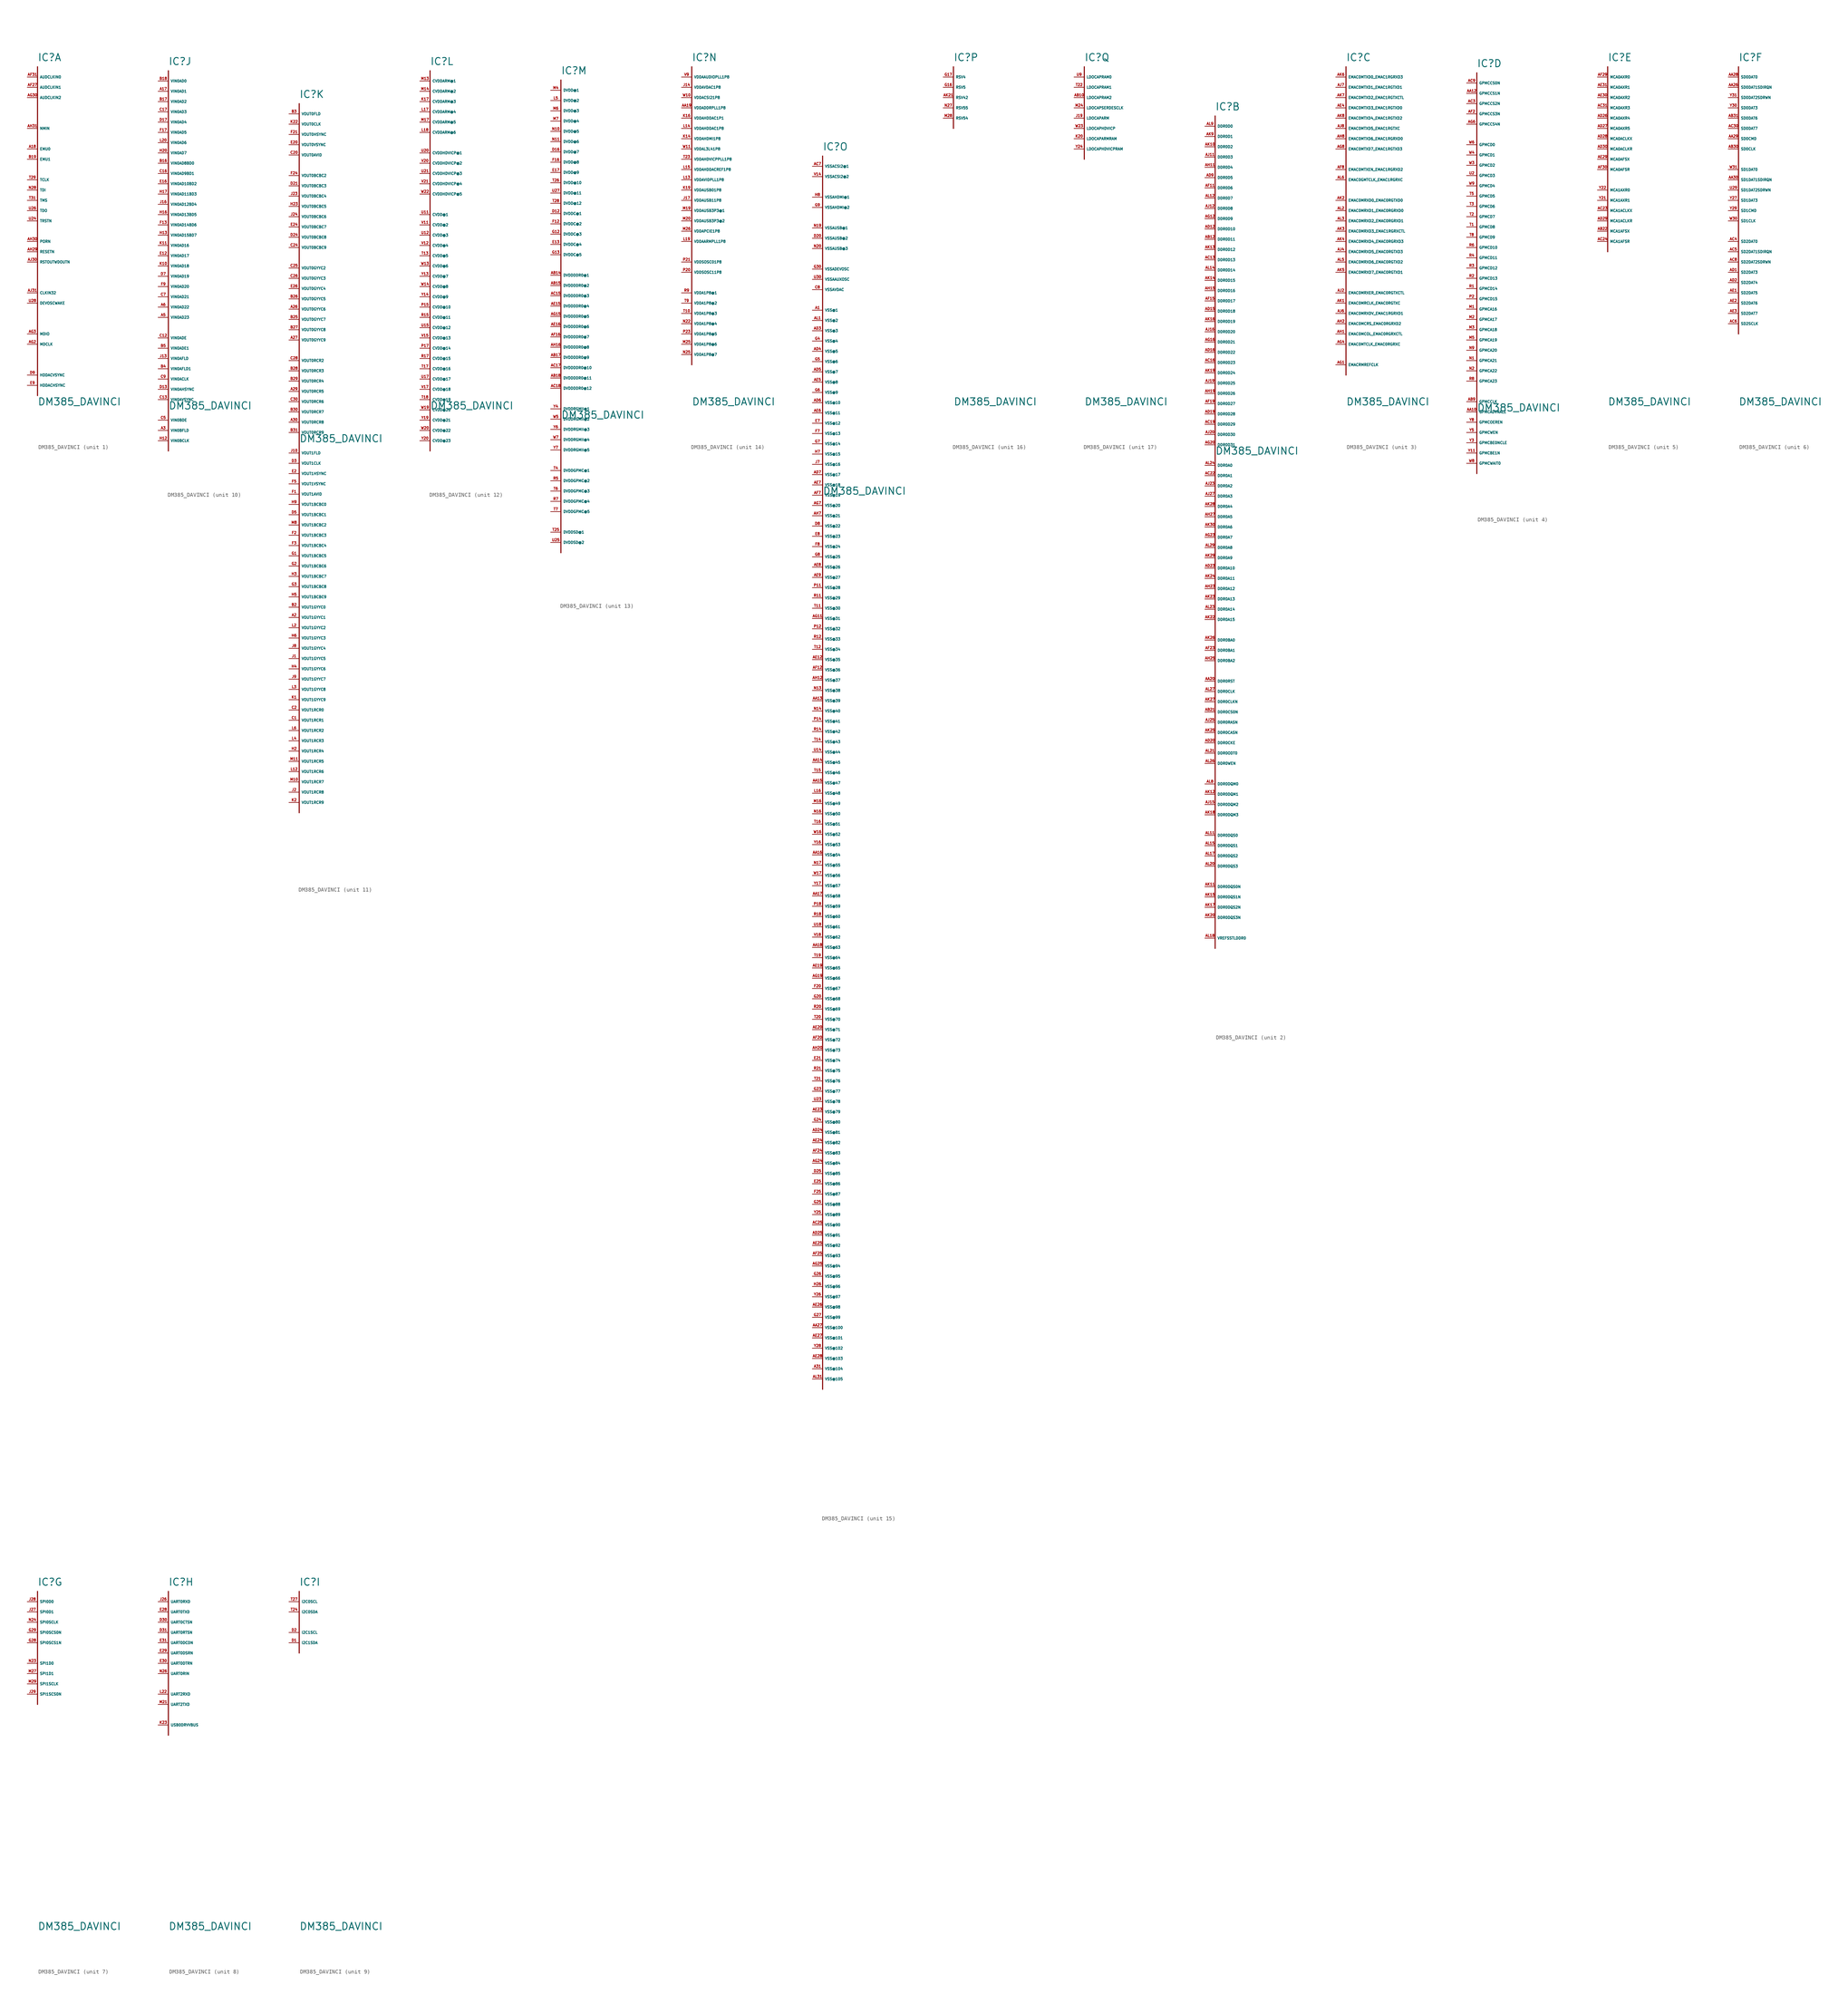
<source format=kicad_sym>
(kicad_symbol_lib
  (version 20220914)
  (generator Eagle2Kicad)
  (symbol "DM385_DAVINCI"
    (property "Reference" "IC"
      (at 0 1.27 0)
      (effects (font (size 1.778 1.778) (thickness 0.22)) (justify left bottom)))
    (property "Value" "DM385_DAVINCI"
      (at 0 -83.82 0)
      (effects (font (size 1.778 1.778) (thickness 0.22)) (justify left bottom)))
    (symbol "DM385_DAVINCI_1_0"
      (polyline (pts (xy 0 0) (xy 0 -81.28)) (stroke (width 0.254) (type default)) (fill (type none)))
      (pin bidirectional line (at -2.54 -66.04 0) (length 2.54) (name "MDIO" (effects (font (size 0.635 0.635) (thickness 0.08)) (justify left bottom))) (number "AG3" (effects (font (size 0.635 0.635) (thickness 0.08)) (justify left bottom))))
      (pin bidirectional line (at -2.54 -68.58 0) (length 2.54) (name "MDCLK" (effects (font (size 0.635 0.635) (thickness 0.08)) (justify left bottom))) (number "AG2" (effects (font (size 0.635 0.635) (thickness 0.08)) (justify left bottom))))
      (pin bidirectional line (at -2.54 -76.2 0) (length 2.54) (name "HDDACVSYNC" (effects (font (size 0.635 0.635) (thickness 0.08)) (justify left bottom))) (number "D9" (effects (font (size 0.635 0.635) (thickness 0.08)) (justify left bottom))))
      (pin bidirectional line (at -2.54 -78.74 0) (length 2.54) (name "HDDACHSYNC" (effects (font (size 0.635 0.635) (thickness 0.08)) (justify left bottom))) (number "E9" (effects (font (size 0.635 0.635) (thickness 0.08)) (justify left bottom))))
      (pin bidirectional line (at -2.54 -22.86 0) (length 2.54) (name "EMU1" (effects (font (size 0.635 0.635) (thickness 0.08)) (justify left bottom))) (number "B19" (effects (font (size 0.635 0.635) (thickness 0.08)) (justify left bottom))))
      (pin bidirectional line (at -2.54 -20.32 0) (length 2.54) (name "EMU0" (effects (font (size 0.635 0.635) (thickness 0.08)) (justify left bottom))) (number "A18" (effects (font (size 0.635 0.635) (thickness 0.08)) (justify left bottom))))
      (pin bidirectional line (at -2.54 -58.42 0) (length 2.54) (name "DEVOSCWAKE" (effects (font (size 0.635 0.635) (thickness 0.08)) (justify left bottom))) (number "U28" (effects (font (size 0.635 0.635) (thickness 0.08)) (justify left bottom))))
      (pin bidirectional line (at -2.54 -2.54 0) (length 2.54) (name "AUDCLKIN0" (effects (font (size 0.635 0.635) (thickness 0.08)) (justify left bottom))) (number "AF31" (effects (font (size 0.635 0.635) (thickness 0.08)) (justify left bottom))))
      (pin bidirectional line (at -2.54 -5.08 0) (length 2.54) (name "AUDCLKIN1" (effects (font (size 0.635 0.635) (thickness 0.08)) (justify left bottom))) (number "AF27" (effects (font (size 0.635 0.635) (thickness 0.08)) (justify left bottom))))
      (pin bidirectional line (at -2.54 -7.62 0) (length 2.54) (name "AUDCLKIN2" (effects (font (size 0.635 0.635) (thickness 0.08)) (justify left bottom))) (number "AG30" (effects (font (size 0.635 0.635) (thickness 0.08)) (justify left bottom))))
      (pin bidirectional line (at -2.54 -45.72 0) (length 2.54) (name "RESETN" (effects (font (size 0.635 0.635) (thickness 0.08)) (justify left bottom))) (number "AH29" (effects (font (size 0.635 0.635) (thickness 0.08)) (justify left bottom))))
      (pin bidirectional line (at -2.54 -15.24 0) (length 2.54) (name "NMIN" (effects (font (size 0.635 0.635) (thickness 0.08)) (justify left bottom))) (number "AH31" (effects (font (size 0.635 0.635) (thickness 0.08)) (justify left bottom))))
      (pin bidirectional line (at -2.54 -48.26 0) (length 2.54) (name "RSTOUTWDOUTN" (effects (font (size 0.635 0.635) (thickness 0.08)) (justify left bottom))) (number "AJ30" (effects (font (size 0.635 0.635) (thickness 0.08)) (justify left bottom))))
      (pin bidirectional line (at -2.54 -55.88 0) (length 2.54) (name "CLKIN32" (effects (font (size 0.635 0.635) (thickness 0.08)) (justify left bottom))) (number "AJ31" (effects (font (size 0.635 0.635) (thickness 0.08)) (justify left bottom))))
      (pin input line (at -2.54 -43.18 0) (length 2.54) (name "PORN" (effects (font (size 0.635 0.635) (thickness 0.08)) (justify left bottom))) (number "AH30" (effects (font (size 0.635 0.635) (thickness 0.08)) (justify left bottom))))
      (pin input line (at -2.54 -38.1 0) (length 2.54) (name "TRSTN" (effects (font (size 0.635 0.635) (thickness 0.08)) (justify left bottom))) (number "U24" (effects (font (size 0.635 0.635) (thickness 0.08)) (justify left bottom))))
      (pin input line (at -2.54 -27.94 0) (length 2.54) (name "TCLK" (effects (font (size 0.635 0.635) (thickness 0.08)) (justify left bottom))) (number "T29" (effects (font (size 0.635 0.635) (thickness 0.08)) (justify left bottom))))
      (pin input line (at -2.54 -30.48 0) (length 2.54) (name "TDI" (effects (font (size 0.635 0.635) (thickness 0.08)) (justify left bottom))) (number "N28" (effects (font (size 0.635 0.635) (thickness 0.08)) (justify left bottom))))
      (pin input line (at -2.54 -33.02 0) (length 2.54) (name "TMS" (effects (font (size 0.635 0.635) (thickness 0.08)) (justify left bottom))) (number "T31" (effects (font (size 0.635 0.635) (thickness 0.08)) (justify left bottom))))
      (pin output line (at -2.54 -35.56 0) (length 2.54) (name "TDO" (effects (font (size 0.635 0.635) (thickness 0.08)) (justify left bottom))) (number "U26" (effects (font (size 0.635 0.635) (thickness 0.08)) (justify left bottom)))))
    (symbol "DM385_DAVINCI_2_0"
      (polyline (pts (xy 0 0) (xy 0 -205.74)) (stroke (width 0.254) (type default)) (fill (type none)))
      (pin bidirectional line (at -2.54 -119.38 0) (length 2.54) (name "DDR0A13" (effects (font (size 0.635 0.635) (thickness 0.08)) (justify left bottom))) (number "AK23" (effects (font (size 0.635 0.635) (thickness 0.08)) (justify left bottom))))
      (pin bidirectional line (at -2.54 -121.92 0) (length 2.54) (name "DDR0A14" (effects (font (size 0.635 0.635) (thickness 0.08)) (justify left bottom))) (number "AL23" (effects (font (size 0.635 0.635) (thickness 0.08)) (justify left bottom))))
      (pin bidirectional line (at -2.54 -88.9 0) (length 2.54) (name "DDR0A1" (effects (font (size 0.635 0.635) (thickness 0.08)) (justify left bottom))) (number "AC22" (effects (font (size 0.635 0.635) (thickness 0.08)) (justify left bottom))))
      (pin bidirectional line (at -2.54 -124.46 0) (length 2.54) (name "DDR0A15" (effects (font (size 0.635 0.635) (thickness 0.08)) (justify left bottom))) (number "AK22" (effects (font (size 0.635 0.635) (thickness 0.08)) (justify left bottom))))
      (pin bidirectional line (at -2.54 -147.32 0) (length 2.54) (name "DDR0CS0N" (effects (font (size 0.635 0.635) (thickness 0.08)) (justify left bottom))) (number "AB21" (effects (font (size 0.635 0.635) (thickness 0.08)) (justify left bottom))))
      (pin bidirectional line (at -2.54 -157.48 0) (length 2.54) (name "DDR0ODT0" (effects (font (size 0.635 0.635) (thickness 0.08)) (justify left bottom))) (number "AL21" (effects (font (size 0.635 0.635) (thickness 0.08)) (justify left bottom))))
      (pin bidirectional line (at -2.54 -139.7 0) (length 2.54) (name "DDR0RST" (effects (font (size 0.635 0.635) (thickness 0.08)) (justify left bottom))) (number "AA20" (effects (font (size 0.635 0.635) (thickness 0.08)) (justify left bottom))))
      (pin bidirectional line (at -2.54 -154.94 0) (length 2.54) (name "DDR0CKE" (effects (font (size 0.635 0.635) (thickness 0.08)) (justify left bottom))) (number "AD20" (effects (font (size 0.635 0.635) (thickness 0.08)) (justify left bottom))))
      (pin bidirectional line (at -2.54 -149.86 0) (length 2.54) (name "DDR0RASN" (effects (font (size 0.635 0.635) (thickness 0.08)) (justify left bottom))) (number "AJ25" (effects (font (size 0.635 0.635) (thickness 0.08)) (justify left bottom))))
      (pin bidirectional line (at -2.54 -152.4 0) (length 2.54) (name "DDR0CASN" (effects (font (size 0.635 0.635) (thickness 0.08)) (justify left bottom))) (number "AK25" (effects (font (size 0.635 0.635) (thickness 0.08)) (justify left bottom))))
      (pin bidirectional line (at -2.54 -114.3 0) (length 2.54) (name "DDR0A11" (effects (font (size 0.635 0.635) (thickness 0.08)) (justify left bottom))) (number "AK24" (effects (font (size 0.635 0.635) (thickness 0.08)) (justify left bottom))))
      (pin bidirectional line (at -2.54 -86.36 0) (length 2.54) (name "DDR0A0" (effects (font (size 0.635 0.635) (thickness 0.08)) (justify left bottom))) (number "AL24" (effects (font (size 0.635 0.635) (thickness 0.08)) (justify left bottom))))
      (pin bidirectional line (at -2.54 -111.76 0) (length 2.54) (name "DDR0A10" (effects (font (size 0.635 0.635) (thickness 0.08)) (justify left bottom))) (number "AD23" (effects (font (size 0.635 0.635) (thickness 0.08)) (justify left bottom))))
      (pin bidirectional line (at -2.54 -132.08 0) (length 2.54) (name "DDR0BA1" (effects (font (size 0.635 0.635) (thickness 0.08)) (justify left bottom))) (number "AF23" (effects (font (size 0.635 0.635) (thickness 0.08)) (justify left bottom))))
      (pin bidirectional line (at -2.54 -104.14 0) (length 2.54) (name "DDR0A7" (effects (font (size 0.635 0.635) (thickness 0.08)) (justify left bottom))) (number "AG23" (effects (font (size 0.635 0.635) (thickness 0.08)) (justify left bottom))))
      (pin bidirectional line (at -2.54 -116.84 0) (length 2.54) (name "DDR0A12" (effects (font (size 0.635 0.635) (thickness 0.08)) (justify left bottom))) (number "AH23" (effects (font (size 0.635 0.635) (thickness 0.08)) (justify left bottom))))
      (pin bidirectional line (at -2.54 -91.44 0) (length 2.54) (name "DDR0A2" (effects (font (size 0.635 0.635) (thickness 0.08)) (justify left bottom))) (number "AJ23" (effects (font (size 0.635 0.635) (thickness 0.08)) (justify left bottom))))
      (pin bidirectional line (at -2.54 -101.6 0) (length 2.54) (name "DDR0A6" (effects (font (size 0.635 0.635) (thickness 0.08)) (justify left bottom))) (number "AK30" (effects (font (size 0.635 0.635) (thickness 0.08)) (justify left bottom))))
      (pin bidirectional line (at -2.54 -109.22 0) (length 2.54) (name "DDR0A9" (effects (font (size 0.635 0.635) (thickness 0.08)) (justify left bottom))) (number "AK29" (effects (font (size 0.635 0.635) (thickness 0.08)) (justify left bottom))))
      (pin bidirectional line (at -2.54 -106.68 0) (length 2.54) (name "DDR0A8" (effects (font (size 0.635 0.635) (thickness 0.08)) (justify left bottom))) (number "AL29" (effects (font (size 0.635 0.635) (thickness 0.08)) (justify left bottom))))
      (pin bidirectional line (at -2.54 -96.52 0) (length 2.54) (name "DDR0A4" (effects (font (size 0.635 0.635) (thickness 0.08)) (justify left bottom))) (number "AK28" (effects (font (size 0.635 0.635) (thickness 0.08)) (justify left bottom))))
      (pin bidirectional line (at -2.54 -93.98 0) (length 2.54) (name "DDR0A3" (effects (font (size 0.635 0.635) (thickness 0.08)) (justify left bottom))) (number "AJ27" (effects (font (size 0.635 0.635) (thickness 0.08)) (justify left bottom))))
      (pin bidirectional line (at -2.54 -142.24 0) (length 2.54) (name "DDR0CLK" (effects (font (size 0.635 0.635) (thickness 0.08)) (justify left bottom))) (number "AL27" (effects (font (size 0.635 0.635) (thickness 0.08)) (justify left bottom))))
      (pin bidirectional line (at -2.54 -144.78 0) (length 2.54) (name "DDR0CLKN" (effects (font (size 0.635 0.635) (thickness 0.08)) (justify left bottom))) (number "AK27" (effects (font (size 0.635 0.635) (thickness 0.08)) (justify left bottom))))
      (pin bidirectional line (at -2.54 -99.06 0) (length 2.54) (name "DDR0A5" (effects (font (size 0.635 0.635) (thickness 0.08)) (justify left bottom))) (number "AH27" (effects (font (size 0.635 0.635) (thickness 0.08)) (justify left bottom))))
      (pin bidirectional line (at -2.54 -129.54 0) (length 2.54) (name "DDR0BA0" (effects (font (size 0.635 0.635) (thickness 0.08)) (justify left bottom))) (number "AK26" (effects (font (size 0.635 0.635) (thickness 0.08)) (justify left bottom))))
      (pin bidirectional line (at -2.54 -160.02 0) (length 2.54) (name "DDR0WEN" (effects (font (size 0.635 0.635) (thickness 0.08)) (justify left bottom))) (number "AL26" (effects (font (size 0.635 0.635) (thickness 0.08)) (justify left bottom))))
      (pin bidirectional line (at -2.54 -134.62 0) (length 2.54) (name "DDR0BA2" (effects (font (size 0.635 0.635) (thickness 0.08)) (justify left bottom))) (number "AH25" (effects (font (size 0.635 0.635) (thickness 0.08)) (justify left bottom))))
      (pin bidirectional line (at -2.54 -172.72 0) (length 2.54) (name "DDR0DQM3" (effects (font (size 0.635 0.635) (thickness 0.08)) (justify left bottom))) (number "AK18" (effects (font (size 0.635 0.635) (thickness 0.08)) (justify left bottom))))
      (pin bidirectional line (at -2.54 -170.18 0) (length 2.54) (name "DDR0DQM2" (effects (font (size 0.635 0.635) (thickness 0.08)) (justify left bottom))) (number "AJ15" (effects (font (size 0.635 0.635) (thickness 0.08)) (justify left bottom))))
      (pin bidirectional line (at -2.54 -167.64 0) (length 2.54) (name "DDR0DQM1" (effects (font (size 0.635 0.635) (thickness 0.08)) (justify left bottom))) (number "AK12" (effects (font (size 0.635 0.635) (thickness 0.08)) (justify left bottom))))
      (pin bidirectional line (at -2.54 -165.1 0) (length 2.54) (name "DDR0DQM0" (effects (font (size 0.635 0.635) (thickness 0.08)) (justify left bottom))) (number "AL8" (effects (font (size 0.635 0.635) (thickness 0.08)) (justify left bottom))))
      (pin bidirectional line (at -2.54 -185.42 0) (length 2.54) (name "DDR0DQS3" (effects (font (size 0.635 0.635) (thickness 0.08)) (justify left bottom))) (number "AL20" (effects (font (size 0.635 0.635) (thickness 0.08)) (justify left bottom))))
      (pin bidirectional line (at -2.54 -182.88 0) (length 2.54) (name "DDR0DQS2" (effects (font (size 0.635 0.635) (thickness 0.08)) (justify left bottom))) (number "AL17" (effects (font (size 0.635 0.635) (thickness 0.08)) (justify left bottom))))
      (pin bidirectional line (at -2.54 -180.34 0) (length 2.54) (name "DDR0DQS1" (effects (font (size 0.635 0.635) (thickness 0.08)) (justify left bottom))) (number "AL15" (effects (font (size 0.635 0.635) (thickness 0.08)) (justify left bottom))))
      (pin bidirectional line (at -2.54 -177.8 0) (length 2.54) (name "DDR0DQS0" (effects (font (size 0.635 0.635) (thickness 0.08)) (justify left bottom))) (number "AL11" (effects (font (size 0.635 0.635) (thickness 0.08)) (justify left bottom))))
      (pin bidirectional line (at -2.54 -81.28 0) (length 2.54) (name "DDR0D31" (effects (font (size 0.635 0.635) (thickness 0.08)) (justify left bottom))) (number "AG20" (effects (font (size 0.635 0.635) (thickness 0.08)) (justify left bottom))))
      (pin bidirectional line (at -2.54 -78.74 0) (length 2.54) (name "DDR0D30" (effects (font (size 0.635 0.635) (thickness 0.08)) (justify left bottom))) (number "AJ20" (effects (font (size 0.635 0.635) (thickness 0.08)) (justify left bottom))))
      (pin bidirectional line (at -2.54 -76.2 0) (length 2.54) (name "DDR0D29" (effects (font (size 0.635 0.635) (thickness 0.08)) (justify left bottom))) (number "AC19" (effects (font (size 0.635 0.635) (thickness 0.08)) (justify left bottom))))
      (pin bidirectional line (at -2.54 -73.66 0) (length 2.54) (name "DDR0D28" (effects (font (size 0.635 0.635) (thickness 0.08)) (justify left bottom))) (number "AD19" (effects (font (size 0.635 0.635) (thickness 0.08)) (justify left bottom))))
      (pin bidirectional line (at -2.54 -71.12 0) (length 2.54) (name "DDR0D27" (effects (font (size 0.635 0.635) (thickness 0.08)) (justify left bottom))) (number "AF19" (effects (font (size 0.635 0.635) (thickness 0.08)) (justify left bottom))))
      (pin bidirectional line (at -2.54 -68.58 0) (length 2.54) (name "DDR0D26" (effects (font (size 0.635 0.635) (thickness 0.08)) (justify left bottom))) (number "AH19" (effects (font (size 0.635 0.635) (thickness 0.08)) (justify left bottom))))
      (pin bidirectional line (at -2.54 -66.04 0) (length 2.54) (name "DDR0D25" (effects (font (size 0.635 0.635) (thickness 0.08)) (justify left bottom))) (number "AJ19" (effects (font (size 0.635 0.635) (thickness 0.08)) (justify left bottom))))
      (pin bidirectional line (at -2.54 -63.5 0) (length 2.54) (name "DDR0D24" (effects (font (size 0.635 0.635) (thickness 0.08)) (justify left bottom))) (number "AK19" (effects (font (size 0.635 0.635) (thickness 0.08)) (justify left bottom))))
      (pin bidirectional line (at -2.54 -60.96 0) (length 2.54) (name "DDR0D23" (effects (font (size 0.635 0.635) (thickness 0.08)) (justify left bottom))) (number "AC16" (effects (font (size 0.635 0.635) (thickness 0.08)) (justify left bottom))))
      (pin bidirectional line (at -2.54 -58.42 0) (length 2.54) (name "DDR0D22" (effects (font (size 0.635 0.635) (thickness 0.08)) (justify left bottom))) (number "AD16" (effects (font (size 0.635 0.635) (thickness 0.08)) (justify left bottom))))
      (pin bidirectional line (at -2.54 -55.88 0) (length 2.54) (name "DDR0D21" (effects (font (size 0.635 0.635) (thickness 0.08)) (justify left bottom))) (number "AG16" (effects (font (size 0.635 0.635) (thickness 0.08)) (justify left bottom))))
      (pin bidirectional line (at -2.54 -53.34 0) (length 2.54) (name "DDR0D20" (effects (font (size 0.635 0.635) (thickness 0.08)) (justify left bottom))) (number "AJ16" (effects (font (size 0.635 0.635) (thickness 0.08)) (justify left bottom))))
      (pin bidirectional line (at -2.54 -50.8 0) (length 2.54) (name "DDR0D19" (effects (font (size 0.635 0.635) (thickness 0.08)) (justify left bottom))) (number "AK16" (effects (font (size 0.635 0.635) (thickness 0.08)) (justify left bottom))))
      (pin bidirectional line (at -2.54 -48.26 0) (length 2.54) (name "DDR0D18" (effects (font (size 0.635 0.635) (thickness 0.08)) (justify left bottom))) (number "AD15" (effects (font (size 0.635 0.635) (thickness 0.08)) (justify left bottom))))
      (pin bidirectional line (at -2.54 -45.72 0) (length 2.54) (name "DDR0D17" (effects (font (size 0.635 0.635) (thickness 0.08)) (justify left bottom))) (number "AF15" (effects (font (size 0.635 0.635) (thickness 0.08)) (justify left bottom))))
      (pin bidirectional line (at -2.54 -43.18 0) (length 2.54) (name "DDR0D16" (effects (font (size 0.635 0.635) (thickness 0.08)) (justify left bottom))) (number "AH15" (effects (font (size 0.635 0.635) (thickness 0.08)) (justify left bottom))))
      (pin bidirectional line (at -2.54 -40.64 0) (length 2.54) (name "DDR0D15" (effects (font (size 0.635 0.635) (thickness 0.08)) (justify left bottom))) (number "AK14" (effects (font (size 0.635 0.635) (thickness 0.08)) (justify left bottom))))
      (pin bidirectional line (at -2.54 -38.1 0) (length 2.54) (name "DDR0D14" (effects (font (size 0.635 0.635) (thickness 0.08)) (justify left bottom))) (number "AL14" (effects (font (size 0.635 0.635) (thickness 0.08)) (justify left bottom))))
      (pin bidirectional line (at -2.54 -35.56 0) (length 2.54) (name "DDR0D13" (effects (font (size 0.635 0.635) (thickness 0.08)) (justify left bottom))) (number "AC13" (effects (font (size 0.635 0.635) (thickness 0.08)) (justify left bottom))))
      (pin bidirectional line (at -2.54 -33.02 0) (length 2.54) (name "DDR0D12" (effects (font (size 0.635 0.635) (thickness 0.08)) (justify left bottom))) (number "AK13" (effects (font (size 0.635 0.635) (thickness 0.08)) (justify left bottom))))
      (pin bidirectional line (at -2.54 -30.48 0) (length 2.54) (name "DDR0D11" (effects (font (size 0.635 0.635) (thickness 0.08)) (justify left bottom))) (number "AB12" (effects (font (size 0.635 0.635) (thickness 0.08)) (justify left bottom))))
      (pin bidirectional line (at -2.54 -27.94 0) (length 2.54) (name "DDR0D10" (effects (font (size 0.635 0.635) (thickness 0.08)) (justify left bottom))) (number "AD12" (effects (font (size 0.635 0.635) (thickness 0.08)) (justify left bottom))))
      (pin bidirectional line (at -2.54 -25.4 0) (length 2.54) (name "DDR0D9" (effects (font (size 0.635 0.635) (thickness 0.08)) (justify left bottom))) (number "AG12" (effects (font (size 0.635 0.635) (thickness 0.08)) (justify left bottom))))
      (pin bidirectional line (at -2.54 -22.86 0) (length 2.54) (name "DDR0D8" (effects (font (size 0.635 0.635) (thickness 0.08)) (justify left bottom))) (number "AJ12" (effects (font (size 0.635 0.635) (thickness 0.08)) (justify left bottom))))
      (pin bidirectional line (at -2.54 -20.32 0) (length 2.54) (name "DDR0D7" (effects (font (size 0.635 0.635) (thickness 0.08)) (justify left bottom))) (number "AL12" (effects (font (size 0.635 0.635) (thickness 0.08)) (justify left bottom))))
      (pin bidirectional line (at -2.54 -17.78 0) (length 2.54) (name "DDR0D6" (effects (font (size 0.635 0.635) (thickness 0.08)) (justify left bottom))) (number "AF11" (effects (font (size 0.635 0.635) (thickness 0.08)) (justify left bottom))))
      (pin bidirectional line (at -2.54 -15.24 0) (length 2.54) (name "DDR0D5" (effects (font (size 0.635 0.635) (thickness 0.08)) (justify left bottom))) (number "AD9" (effects (font (size 0.635 0.635) (thickness 0.08)) (justify left bottom))))
      (pin bidirectional line (at -2.54 -12.7 0) (length 2.54) (name "DDR0D4" (effects (font (size 0.635 0.635) (thickness 0.08)) (justify left bottom))) (number "AH11" (effects (font (size 0.635 0.635) (thickness 0.08)) (justify left bottom))))
      (pin bidirectional line (at -2.54 -10.16 0) (length 2.54) (name "DDR0D3" (effects (font (size 0.635 0.635) (thickness 0.08)) (justify left bottom))) (number "AJ11" (effects (font (size 0.635 0.635) (thickness 0.08)) (justify left bottom))))
      (pin bidirectional line (at -2.54 -7.62 0) (length 2.54) (name "DDR0D2" (effects (font (size 0.635 0.635) (thickness 0.08)) (justify left bottom))) (number "AK10" (effects (font (size 0.635 0.635) (thickness 0.08)) (justify left bottom))))
      (pin bidirectional line (at -2.54 -5.08 0) (length 2.54) (name "DDR0D1" (effects (font (size 0.635 0.635) (thickness 0.08)) (justify left bottom))) (number "AK9" (effects (font (size 0.635 0.635) (thickness 0.08)) (justify left bottom))))
      (pin bidirectional line (at -2.54 -2.54 0) (length 2.54) (name "DDR0D0" (effects (font (size 0.635 0.635) (thickness 0.08)) (justify left bottom))) (number "AL9" (effects (font (size 0.635 0.635) (thickness 0.08)) (justify left bottom))))
      (pin bidirectional line (at -2.54 -190.5 0) (length 2.54) (name "DDR0DQS0N" (effects (font (size 0.635 0.635) (thickness 0.08)) (justify left bottom))) (number "AK11" (effects (font (size 0.635 0.635) (thickness 0.08)) (justify left bottom))))
      (pin bidirectional line (at -2.54 -193.04 0) (length 2.54) (name "DDR0DQS1N" (effects (font (size 0.635 0.635) (thickness 0.08)) (justify left bottom))) (number "AK15" (effects (font (size 0.635 0.635) (thickness 0.08)) (justify left bottom))))
      (pin bidirectional line (at -2.54 -195.58 0) (length 2.54) (name "DDR0DQS2N" (effects (font (size 0.635 0.635) (thickness 0.08)) (justify left bottom))) (number "AK17" (effects (font (size 0.635 0.635) (thickness 0.08)) (justify left bottom))))
      (pin bidirectional line (at -2.54 -198.12 0) (length 2.54) (name "DDR0DQS3N" (effects (font (size 0.635 0.635) (thickness 0.08)) (justify left bottom))) (number "AK20" (effects (font (size 0.635 0.635) (thickness 0.08)) (justify left bottom))))
      (pin passive line (at -2.54 -203.2 0) (length 2.54) (name "VREFSSTLDDR0" (effects (font (size 0.635 0.635) (thickness 0.08)) (justify left bottom))) (number "AL18" (effects (font (size 0.635 0.635) (thickness 0.08)) (justify left bottom)))))
    (symbol "DM385_DAVINCI_3_0"
      (polyline (pts (xy 0 0) (xy 0 -76.2)) (stroke (width 0.254) (type default)) (fill (type none)))
      (pin bidirectional line (at -2.54 -25.4 0) (length 2.54) (name "EMAC0MTXEN_EMAC1RGRXD2" (effects (font (size 0.635 0.635) (thickness 0.08)) (justify left bottom))) (number "AF8" (effects (font (size 0.635 0.635) (thickness 0.08)) (justify left bottom))))
      (pin bidirectional line (at -2.54 -20.32 0) (length 2.54) (name "EMAC0MTXD7_EMAC1RGTXD3" (effects (font (size 0.635 0.635) (thickness 0.08)) (justify left bottom))) (number "AG8" (effects (font (size 0.635 0.635) (thickness 0.08)) (justify left bottom))))
      (pin bidirectional line (at -2.54 -17.78 0) (length 2.54) (name "EMAC0MTXD6_EMAC1RGRXD0" (effects (font (size 0.635 0.635) (thickness 0.08)) (justify left bottom))) (number "AH8" (effects (font (size 0.635 0.635) (thickness 0.08)) (justify left bottom))))
      (pin bidirectional line (at -2.54 -15.24 0) (length 2.54) (name "EMAC0MTXD5_EMAC1RGTXC" (effects (font (size 0.635 0.635) (thickness 0.08)) (justify left bottom))) (number "AJ8" (effects (font (size 0.635 0.635) (thickness 0.08)) (justify left bottom))))
      (pin bidirectional line (at -2.54 -12.7 0) (length 2.54) (name "EMAC0MTXD4_EMAC1RGTXD2" (effects (font (size 0.635 0.635) (thickness 0.08)) (justify left bottom))) (number "AK8" (effects (font (size 0.635 0.635) (thickness 0.08)) (justify left bottom))))
      (pin bidirectional line (at -2.54 -10.16 0) (length 2.54) (name "EMAC0MTXD3_EMAC1RGTXD0" (effects (font (size 0.635 0.635) (thickness 0.08)) (justify left bottom))) (number "AE4" (effects (font (size 0.635 0.635) (thickness 0.08)) (justify left bottom))))
      (pin bidirectional line (at -2.54 -7.62 0) (length 2.54) (name "EMAC0MTXD2_EMAC1RGTXCTL" (effects (font (size 0.635 0.635) (thickness 0.08)) (justify left bottom))) (number "AK7" (effects (font (size 0.635 0.635) (thickness 0.08)) (justify left bottom))))
      (pin bidirectional line (at -2.54 -5.08 0) (length 2.54) (name "EMAC0MTXD1_EMAC1RGTXD1" (effects (font (size 0.635 0.635) (thickness 0.08)) (justify left bottom))) (number "AJ7" (effects (font (size 0.635 0.635) (thickness 0.08)) (justify left bottom))))
      (pin bidirectional line (at -2.54 -2.54 0) (length 2.54) (name "EMAC0MTXD0_EMAC1RGRXD3" (effects (font (size 0.635 0.635) (thickness 0.08)) (justify left bottom))) (number "AK6" (effects (font (size 0.635 0.635) (thickness 0.08)) (justify left bottom))))
      (pin bidirectional line (at -2.54 -27.94 0) (length 2.54) (name "EMAC0GMTCLK_EMAC1RGRXC" (effects (font (size 0.635 0.635) (thickness 0.08)) (justify left bottom))) (number "AL6" (effects (font (size 0.635 0.635) (thickness 0.08)) (justify left bottom))))
      (pin bidirectional line (at -2.54 -60.96 0) (length 2.54) (name "EMAC0MRXDV_EMAC1RGRXD1" (effects (font (size 0.635 0.635) (thickness 0.08)) (justify left bottom))) (number "AJ6" (effects (font (size 0.635 0.635) (thickness 0.08)) (justify left bottom))))
      (pin bidirectional line (at -2.54 -50.8 0) (length 2.54) (name "EMAC0MRXD7_EMAC0RGTXD1" (effects (font (size 0.635 0.635) (thickness 0.08)) (justify left bottom))) (number "AK5" (effects (font (size 0.635 0.635) (thickness 0.08)) (justify left bottom))))
      (pin bidirectional line (at -2.54 -48.26 0) (length 2.54) (name "EMAC0MRXD6_EMAC0RGTXD2" (effects (font (size 0.635 0.635) (thickness 0.08)) (justify left bottom))) (number "AL5" (effects (font (size 0.635 0.635) (thickness 0.08)) (justify left bottom))))
      (pin bidirectional line (at -2.54 -45.72 0) (length 2.54) (name "EMAC0MRXD5_EMAC0RGTXD3" (effects (font (size 0.635 0.635) (thickness 0.08)) (justify left bottom))) (number "AJ4" (effects (font (size 0.635 0.635) (thickness 0.08)) (justify left bottom))))
      (pin bidirectional line (at -2.54 -43.18 0) (length 2.54) (name "EMAC0MRXD4_EMAC0RGRXD3" (effects (font (size 0.635 0.635) (thickness 0.08)) (justify left bottom))) (number "AK4" (effects (font (size 0.635 0.635) (thickness 0.08)) (justify left bottom))))
      (pin bidirectional line (at -2.54 -40.64 0) (length 2.54) (name "EMAC0MRXD3_EMAC1RGRXCTL" (effects (font (size 0.635 0.635) (thickness 0.08)) (justify left bottom))) (number "AK3" (effects (font (size 0.635 0.635) (thickness 0.08)) (justify left bottom))))
      (pin bidirectional line (at -2.54 -38.1 0) (length 2.54) (name "EMAC0MRXD2_EMAC0RGRXD1" (effects (font (size 0.635 0.635) (thickness 0.08)) (justify left bottom))) (number "AL3" (effects (font (size 0.635 0.635) (thickness 0.08)) (justify left bottom))))
      (pin bidirectional line (at -2.54 -35.56 0) (length 2.54) (name "EMAC0MRXD1_EMAC0RGRXD0" (effects (font (size 0.635 0.635) (thickness 0.08)) (justify left bottom))) (number "AL2" (effects (font (size 0.635 0.635) (thickness 0.08)) (justify left bottom))))
      (pin bidirectional line (at -2.54 -58.42 0) (length 2.54) (name "EMAC0MRCLK_EMAC0RGTXC" (effects (font (size 0.635 0.635) (thickness 0.08)) (justify left bottom))) (number "AK1" (effects (font (size 0.635 0.635) (thickness 0.08)) (justify left bottom))))
      (pin bidirectional line (at -2.54 -55.88 0) (length 2.54) (name "EMAC0MRXER_EMAC0RGTXCTL" (effects (font (size 0.635 0.635) (thickness 0.08)) (justify left bottom))) (number "AJ2" (effects (font (size 0.635 0.635) (thickness 0.08)) (justify left bottom))))
      (pin bidirectional line (at -2.54 -33.02 0) (length 2.54) (name "EMAC0MRXD0_EMAC0RGTXD0" (effects (font (size 0.635 0.635) (thickness 0.08)) (justify left bottom))) (number "AK2" (effects (font (size 0.635 0.635) (thickness 0.08)) (justify left bottom))))
      (pin bidirectional line (at -2.54 -63.5 0) (length 2.54) (name "EMAC0MCRS_EMAC0RGRXD2" (effects (font (size 0.635 0.635) (thickness 0.08)) (justify left bottom))) (number "AH2" (effects (font (size 0.635 0.635) (thickness 0.08)) (justify left bottom))))
      (pin bidirectional line (at -2.54 -66.04 0) (length 2.54) (name "EMAC0MCOL_EMAC0RGRXCTL" (effects (font (size 0.635 0.635) (thickness 0.08)) (justify left bottom))) (number "AH1" (effects (font (size 0.635 0.635) (thickness 0.08)) (justify left bottom))))
      (pin bidirectional line (at -2.54 -68.58 0) (length 2.54) (name "EMAC0MTCLK_EMAC0RGRXC" (effects (font (size 0.635 0.635) (thickness 0.08)) (justify left bottom))) (number "AG4" (effects (font (size 0.635 0.635) (thickness 0.08)) (justify left bottom))))
      (pin bidirectional line (at -2.54 -73.66 0) (length 2.54) (name "EMACRMREFCLK" (effects (font (size 0.635 0.635) (thickness 0.08)) (justify left bottom))) (number "AG1" (effects (font (size 0.635 0.635) (thickness 0.08)) (justify left bottom)))))
    (symbol "DM385_DAVINCI_4_0"
      (polyline (pts (xy 0 0) (xy 0 -99.06)) (stroke (width 0.254) (type default)) (fill (type none)))
      (pin bidirectional line (at -2.54 -10.16 0) (length 2.54) (name "GPMCCS3N" (effects (font (size 0.635 0.635) (thickness 0.08)) (justify left bottom))) (number "AF2" (effects (font (size 0.635 0.635) (thickness 0.08)) (justify left bottom))))
      (pin bidirectional line (at -2.54 -12.7 0) (length 2.54) (name "GPMCCS4N" (effects (font (size 0.635 0.635) (thickness 0.08)) (justify left bottom))) (number "AG6" (effects (font (size 0.635 0.635) (thickness 0.08)) (justify left bottom))))
      (pin bidirectional line (at -2.54 -2.54 0) (length 2.54) (name "GPMCCS0N" (effects (font (size 0.635 0.635) (thickness 0.08)) (justify left bottom))) (number "AC9" (effects (font (size 0.635 0.635) (thickness 0.08)) (justify left bottom))))
      (pin bidirectional line (at -2.54 -5.08 0) (length 2.54) (name "GPMCCS1N" (effects (font (size 0.635 0.635) (thickness 0.08)) (justify left bottom))) (number "AA12" (effects (font (size 0.635 0.635) (thickness 0.08)) (justify left bottom))))
      (pin bidirectional line (at -2.54 -7.62 0) (length 2.54) (name "GPMCCS2N" (effects (font (size 0.635 0.635) (thickness 0.08)) (justify left bottom))) (number "AC3" (effects (font (size 0.635 0.635) (thickness 0.08)) (justify left bottom))))
      (pin bidirectional line (at -2.54 -81.28 0) (length 2.54) (name "GPMCCLK" (effects (font (size 0.635 0.635) (thickness 0.08)) (justify left bottom))) (number "AB9" (effects (font (size 0.635 0.635) (thickness 0.08)) (justify left bottom))))
      (pin bidirectional line (at -2.54 -83.82 0) (length 2.54) (name "GPMCADVNALE" (effects (font (size 0.635 0.635) (thickness 0.08)) (justify left bottom))) (number "AA10" (effects (font (size 0.635 0.635) (thickness 0.08)) (justify left bottom))))
      (pin bidirectional line (at -2.54 -86.36 0) (length 2.54) (name "GPMCOEREN" (effects (font (size 0.635 0.635) (thickness 0.08)) (justify left bottom))) (number "Y8" (effects (font (size 0.635 0.635) (thickness 0.08)) (justify left bottom))))
      (pin bidirectional line (at -2.54 -88.9 0) (length 2.54) (name "GPMCWEN" (effects (font (size 0.635 0.635) (thickness 0.08)) (justify left bottom))) (number "Y5" (effects (font (size 0.635 0.635) (thickness 0.08)) (justify left bottom))))
      (pin bidirectional line (at -2.54 -91.44 0) (length 2.54) (name "GPMCBE0NCLE" (effects (font (size 0.635 0.635) (thickness 0.08)) (justify left bottom))) (number "Y3" (effects (font (size 0.635 0.635) (thickness 0.08)) (justify left bottom))))
      (pin bidirectional line (at -2.54 -93.98 0) (length 2.54) (name "GPMCBE1N" (effects (font (size 0.635 0.635) (thickness 0.08)) (justify left bottom))) (number "Y11" (effects (font (size 0.635 0.635) (thickness 0.08)) (justify left bottom))))
      (pin bidirectional line (at -2.54 -96.52 0) (length 2.54) (name "GPMCWAIT0" (effects (font (size 0.635 0.635) (thickness 0.08)) (justify left bottom))) (number "W8" (effects (font (size 0.635 0.635) (thickness 0.08)) (justify left bottom))))
      (pin bidirectional line (at -2.54 -17.78 0) (length 2.54) (name "GPMCD0" (effects (font (size 0.635 0.635) (thickness 0.08)) (justify left bottom))) (number "W6" (effects (font (size 0.635 0.635) (thickness 0.08)) (justify left bottom))))
      (pin bidirectional line (at -2.54 -20.32 0) (length 2.54) (name "GPMCD1" (effects (font (size 0.635 0.635) (thickness 0.08)) (justify left bottom))) (number "W4" (effects (font (size 0.635 0.635) (thickness 0.08)) (justify left bottom))))
      (pin bidirectional line (at -2.54 -22.86 0) (length 2.54) (name "GPMCD2" (effects (font (size 0.635 0.635) (thickness 0.08)) (justify left bottom))) (number "W3" (effects (font (size 0.635 0.635) (thickness 0.08)) (justify left bottom))))
      (pin bidirectional line (at -2.54 -25.4 0) (length 2.54) (name "GPMCD3" (effects (font (size 0.635 0.635) (thickness 0.08)) (justify left bottom))) (number "U2" (effects (font (size 0.635 0.635) (thickness 0.08)) (justify left bottom))))
      (pin bidirectional line (at -2.54 -27.94 0) (length 2.54) (name "GPMCD4" (effects (font (size 0.635 0.635) (thickness 0.08)) (justify left bottom))) (number "W9" (effects (font (size 0.635 0.635) (thickness 0.08)) (justify left bottom))))
      (pin bidirectional line (at -2.54 -30.48 0) (length 2.54) (name "GPMCD5" (effects (font (size 0.635 0.635) (thickness 0.08)) (justify left bottom))) (number "T5" (effects (font (size 0.635 0.635) (thickness 0.08)) (justify left bottom))))
      (pin bidirectional line (at -2.54 -33.02 0) (length 2.54) (name "GPMCD6" (effects (font (size 0.635 0.635) (thickness 0.08)) (justify left bottom))) (number "T3" (effects (font (size 0.635 0.635) (thickness 0.08)) (justify left bottom))))
      (pin bidirectional line (at -2.54 -35.56 0) (length 2.54) (name "GPMCD7" (effects (font (size 0.635 0.635) (thickness 0.08)) (justify left bottom))) (number "T2" (effects (font (size 0.635 0.635) (thickness 0.08)) (justify left bottom))))
      (pin bidirectional line (at -2.54 -38.1 0) (length 2.54) (name "GPMCD8" (effects (font (size 0.635 0.635) (thickness 0.08)) (justify left bottom))) (number "T1" (effects (font (size 0.635 0.635) (thickness 0.08)) (justify left bottom))))
      (pin bidirectional line (at -2.54 -40.64 0) (length 2.54) (name "GPMCD9" (effects (font (size 0.635 0.635) (thickness 0.08)) (justify left bottom))) (number "T8" (effects (font (size 0.635 0.635) (thickness 0.08)) (justify left bottom))))
      (pin bidirectional line (at -2.54 -43.18 0) (length 2.54) (name "GPMCD10" (effects (font (size 0.635 0.635) (thickness 0.08)) (justify left bottom))) (number "R6" (effects (font (size 0.635 0.635) (thickness 0.08)) (justify left bottom))))
      (pin bidirectional line (at -2.54 -45.72 0) (length 2.54) (name "GPMCD11" (effects (font (size 0.635 0.635) (thickness 0.08)) (justify left bottom))) (number "R4" (effects (font (size 0.635 0.635) (thickness 0.08)) (justify left bottom))))
      (pin bidirectional line (at -2.54 -48.26 0) (length 2.54) (name "GPMCD12" (effects (font (size 0.635 0.635) (thickness 0.08)) (justify left bottom))) (number "R3" (effects (font (size 0.635 0.635) (thickness 0.08)) (justify left bottom))))
      (pin bidirectional line (at -2.54 -50.8 0) (length 2.54) (name "GPMCD13" (effects (font (size 0.635 0.635) (thickness 0.08)) (justify left bottom))) (number "R2" (effects (font (size 0.635 0.635) (thickness 0.08)) (justify left bottom))))
      (pin bidirectional line (at -2.54 -53.34 0) (length 2.54) (name "GPMCD14" (effects (font (size 0.635 0.635) (thickness 0.08)) (justify left bottom))) (number "R1" (effects (font (size 0.635 0.635) (thickness 0.08)) (justify left bottom))))
      (pin bidirectional line (at -2.54 -55.88 0) (length 2.54) (name "GPMCD15" (effects (font (size 0.635 0.635) (thickness 0.08)) (justify left bottom))) (number "P2" (effects (font (size 0.635 0.635) (thickness 0.08)) (justify left bottom))))
      (pin bidirectional line (at -2.54 -76.2 0) (length 2.54) (name "GPMCA23" (effects (font (size 0.635 0.635) (thickness 0.08)) (justify left bottom))) (number "R8" (effects (font (size 0.635 0.635) (thickness 0.08)) (justify left bottom))))
      (pin bidirectional line (at -2.54 -73.66 0) (length 2.54) (name "GPMCA22" (effects (font (size 0.635 0.635) (thickness 0.08)) (justify left bottom))) (number "N2" (effects (font (size 0.635 0.635) (thickness 0.08)) (justify left bottom))))
      (pin bidirectional line (at -2.54 -71.12 0) (length 2.54) (name "GPMCA21" (effects (font (size 0.635 0.635) (thickness 0.08)) (justify left bottom))) (number "N1" (effects (font (size 0.635 0.635) (thickness 0.08)) (justify left bottom))))
      (pin bidirectional line (at -2.54 -68.58 0) (length 2.54) (name "GPMCA20" (effects (font (size 0.635 0.635) (thickness 0.08)) (justify left bottom))) (number "N9" (effects (font (size 0.635 0.635) (thickness 0.08)) (justify left bottom))))
      (pin bidirectional line (at -2.54 -66.04 0) (length 2.54) (name "GPMCA19" (effects (font (size 0.635 0.635) (thickness 0.08)) (justify left bottom))) (number "M5" (effects (font (size 0.635 0.635) (thickness 0.08)) (justify left bottom))))
      (pin bidirectional line (at -2.54 -63.5 0) (length 2.54) (name "GPMCA18" (effects (font (size 0.635 0.635) (thickness 0.08)) (justify left bottom))) (number "M3" (effects (font (size 0.635 0.635) (thickness 0.08)) (justify left bottom))))
      (pin bidirectional line (at -2.54 -60.96 0) (length 2.54) (name "GPMCA17" (effects (font (size 0.635 0.635) (thickness 0.08)) (justify left bottom))) (number "M2" (effects (font (size 0.635 0.635) (thickness 0.08)) (justify left bottom))))
      (pin bidirectional line (at -2.54 -58.42 0) (length 2.54) (name "GPMCA16" (effects (font (size 0.635 0.635) (thickness 0.08)) (justify left bottom))) (number "M1" (effects (font (size 0.635 0.635) (thickness 0.08)) (justify left bottom)))))
    (symbol "DM385_DAVINCI_5_0"
      (polyline (pts (xy 0 0) (xy 0 -45.72)) (stroke (width 0.254) (type default)) (fill (type none)))
      (pin bidirectional line (at -2.54 -33.02 0) (length 2.54) (name "MCA1AXR1" (effects (font (size 0.635 0.635) (thickness 0.08)) (justify left bottom))) (number "Y21" (effects (font (size 0.635 0.635) (thickness 0.08)) (justify left bottom))))
      (pin bidirectional line (at -2.54 -30.48 0) (length 2.54) (name "MCA1AXR0" (effects (font (size 0.635 0.635) (thickness 0.08)) (justify left bottom))) (number "Y22" (effects (font (size 0.635 0.635) (thickness 0.08)) (justify left bottom))))
      (pin bidirectional line (at -2.54 -40.64 0) (length 2.54) (name "MCA1AFSX" (effects (font (size 0.635 0.635) (thickness 0.08)) (justify left bottom))) (number "AB22" (effects (font (size 0.635 0.635) (thickness 0.08)) (justify left bottom))))
      (pin bidirectional line (at -2.54 -35.56 0) (length 2.54) (name "MCA1ACLKX" (effects (font (size 0.635 0.635) (thickness 0.08)) (justify left bottom))) (number "AC23" (effects (font (size 0.635 0.635) (thickness 0.08)) (justify left bottom))))
      (pin bidirectional line (at -2.54 -43.18 0) (length 2.54) (name "MCA1AFSR" (effects (font (size 0.635 0.635) (thickness 0.08)) (justify left bottom))) (number "AC24" (effects (font (size 0.635 0.635) (thickness 0.08)) (justify left bottom))))
      (pin bidirectional line (at -2.54 -38.1 0) (length 2.54) (name "MCA1ACLKR" (effects (font (size 0.635 0.635) (thickness 0.08)) (justify left bottom))) (number "AD29" (effects (font (size 0.635 0.635) (thickness 0.08)) (justify left bottom))))
      (pin bidirectional line (at -2.54 -10.16 0) (length 2.54) (name "MCA0AXR3" (effects (font (size 0.635 0.635) (thickness 0.08)) (justify left bottom))) (number "AC31" (effects (font (size 0.635 0.635) (thickness 0.08)) (justify left bottom))))
      (pin bidirectional line (at -2.54 -12.7 0) (length 2.54) (name "MCA0AXR4" (effects (font (size 0.635 0.635) (thickness 0.08)) (justify left bottom))) (number "AD26" (effects (font (size 0.635 0.635) (thickness 0.08)) (justify left bottom))))
      (pin bidirectional line (at -2.54 -15.24 0) (length 2.54) (name "MCA0AXR5" (effects (font (size 0.635 0.635) (thickness 0.08)) (justify left bottom))) (number "AD27" (effects (font (size 0.635 0.635) (thickness 0.08)) (justify left bottom))))
      (pin bidirectional line (at -2.54 -17.78 0) (length 2.54) (name "MCA0ACLKX" (effects (font (size 0.635 0.635) (thickness 0.08)) (justify left bottom))) (number "AD28" (effects (font (size 0.635 0.635) (thickness 0.08)) (justify left bottom))))
      (pin bidirectional line (at -2.54 -22.86 0) (length 2.54) (name "MCA0AFSX" (effects (font (size 0.635 0.635) (thickness 0.08)) (justify left bottom))) (number "AE29" (effects (font (size 0.635 0.635) (thickness 0.08)) (justify left bottom))))
      (pin bidirectional line (at -2.54 -20.32 0) (length 2.54) (name "MCA0ACLKR" (effects (font (size 0.635 0.635) (thickness 0.08)) (justify left bottom))) (number "AD30" (effects (font (size 0.635 0.635) (thickness 0.08)) (justify left bottom))))
      (pin bidirectional line (at -2.54 -7.62 0) (length 2.54) (name "MCA0AXR2" (effects (font (size 0.635 0.635) (thickness 0.08)) (justify left bottom))) (number "AE30" (effects (font (size 0.635 0.635) (thickness 0.08)) (justify left bottom))))
      (pin bidirectional line (at -2.54 -5.08 0) (length 2.54) (name "MCA0AXR1" (effects (font (size 0.635 0.635) (thickness 0.08)) (justify left bottom))) (number "AE31" (effects (font (size 0.635 0.635) (thickness 0.08)) (justify left bottom))))
      (pin bidirectional line (at -2.54 -2.54 0) (length 2.54) (name "MCA0AXR0" (effects (font (size 0.635 0.635) (thickness 0.08)) (justify left bottom))) (number "AF29" (effects (font (size 0.635 0.635) (thickness 0.08)) (justify left bottom))))
      (pin bidirectional line (at -2.54 -25.4 0) (length 2.54) (name "MCA0AFSR" (effects (font (size 0.635 0.635) (thickness 0.08)) (justify left bottom))) (number "AF30" (effects (font (size 0.635 0.635) (thickness 0.08)) (justify left bottom)))))
    (symbol "DM385_DAVINCI_6_0"
      (polyline (pts (xy 0 0) (xy 0 -66.04)) (stroke (width 0.254) (type default)) (fill (type none)))
      (pin bidirectional line (at -2.54 -60.96 0) (length 2.54) (name "SD2DAT7" (effects (font (size 0.635 0.635) (thickness 0.08)) (justify left bottom))) (number "AE3" (effects (font (size 0.635 0.635) (thickness 0.08)) (justify left bottom))))
      (pin bidirectional line (at -2.54 -58.42 0) (length 2.54) (name "SD2DAT6" (effects (font (size 0.635 0.635) (thickness 0.08)) (justify left bottom))) (number "AE2" (effects (font (size 0.635 0.635) (thickness 0.08)) (justify left bottom))))
      (pin bidirectional line (at -2.54 -55.88 0) (length 2.54) (name "SD2DAT5" (effects (font (size 0.635 0.635) (thickness 0.08)) (justify left bottom))) (number "AE1" (effects (font (size 0.635 0.635) (thickness 0.08)) (justify left bottom))))
      (pin bidirectional line (at -2.54 -53.34 0) (length 2.54) (name "SD2DAT4" (effects (font (size 0.635 0.635) (thickness 0.08)) (justify left bottom))) (number "AD2" (effects (font (size 0.635 0.635) (thickness 0.08)) (justify left bottom))))
      (pin bidirectional line (at -2.54 -50.8 0) (length 2.54) (name "SD2DAT3" (effects (font (size 0.635 0.635) (thickness 0.08)) (justify left bottom))) (number "AD1" (effects (font (size 0.635 0.635) (thickness 0.08)) (justify left bottom))))
      (pin bidirectional line (at -2.54 -48.26 0) (length 2.54) (name "SD2DAT2SDRWN" (effects (font (size 0.635 0.635) (thickness 0.08)) (justify left bottom))) (number "AC8" (effects (font (size 0.635 0.635) (thickness 0.08)) (justify left bottom))))
      (pin bidirectional line (at -2.54 -63.5 0) (length 2.54) (name "SD2SCLK" (effects (font (size 0.635 0.635) (thickness 0.08)) (justify left bottom))) (number "AC6" (effects (font (size 0.635 0.635) (thickness 0.08)) (justify left bottom))))
      (pin bidirectional line (at -2.54 -45.72 0) (length 2.54) (name "SD2DAT1SDIRQN" (effects (font (size 0.635 0.635) (thickness 0.08)) (justify left bottom))) (number "AC5" (effects (font (size 0.635 0.635) (thickness 0.08)) (justify left bottom))))
      (pin bidirectional line (at -2.54 -43.18 0) (length 2.54) (name "SD2DAT0" (effects (font (size 0.635 0.635) (thickness 0.08)) (justify left bottom))) (number "AC4" (effects (font (size 0.635 0.635) (thickness 0.08)) (justify left bottom))))
      (pin bidirectional line (at -2.54 -38.1 0) (length 2.54) (name "SD1CLK" (effects (font (size 0.635 0.635) (thickness 0.08)) (justify left bottom))) (number "W30" (effects (font (size 0.635 0.635) (thickness 0.08)) (justify left bottom))))
      (pin bidirectional line (at -2.54 -35.56 0) (length 2.54) (name "SD1CMD" (effects (font (size 0.635 0.635) (thickness 0.08)) (justify left bottom))) (number "Y29" (effects (font (size 0.635 0.635) (thickness 0.08)) (justify left bottom))))
      (pin bidirectional line (at -2.54 -25.4 0) (length 2.54) (name "SD1DAT0" (effects (font (size 0.635 0.635) (thickness 0.08)) (justify left bottom))) (number "W31" (effects (font (size 0.635 0.635) (thickness 0.08)) (justify left bottom))))
      (pin bidirectional line (at -2.54 -27.94 0) (length 2.54) (name "SD1DAT1SDIRQN" (effects (font (size 0.635 0.635) (thickness 0.08)) (justify left bottom))) (number "AA30" (effects (font (size 0.635 0.635) (thickness 0.08)) (justify left bottom))))
      (pin bidirectional line (at -2.54 -30.48 0) (length 2.54) (name "SD1DAT2SDRWN" (effects (font (size 0.635 0.635) (thickness 0.08)) (justify left bottom))) (number "U29" (effects (font (size 0.635 0.635) (thickness 0.08)) (justify left bottom))))
      (pin bidirectional line (at -2.54 -33.02 0) (length 2.54) (name "SD1DAT3" (effects (font (size 0.635 0.635) (thickness 0.08)) (justify left bottom))) (number "Y27" (effects (font (size 0.635 0.635) (thickness 0.08)) (justify left bottom))))
      (pin bidirectional line (at -2.54 -10.16 0) (length 2.54) (name "SD0DAT3" (effects (font (size 0.635 0.635) (thickness 0.08)) (justify left bottom))) (number "Y30" (effects (font (size 0.635 0.635) (thickness 0.08)) (justify left bottom))))
      (pin bidirectional line (at -2.54 -7.62 0) (length 2.54) (name "SD0DAT2SDRWN" (effects (font (size 0.635 0.635) (thickness 0.08)) (justify left bottom))) (number "Y31" (effects (font (size 0.635 0.635) (thickness 0.08)) (justify left bottom))))
      (pin bidirectional line (at -2.54 -5.08 0) (length 2.54) (name "SD0DAT1SDIRQN" (effects (font (size 0.635 0.635) (thickness 0.08)) (justify left bottom))) (number "AA26" (effects (font (size 0.635 0.635) (thickness 0.08)) (justify left bottom))))
      (pin bidirectional line (at -2.54 -2.54 0) (length 2.54) (name "SD0DAT0" (effects (font (size 0.635 0.635) (thickness 0.08)) (justify left bottom))) (number "AA28" (effects (font (size 0.635 0.635) (thickness 0.08)) (justify left bottom))))
      (pin bidirectional line (at -2.54 -17.78 0) (length 2.54) (name "SD0CMD" (effects (font (size 0.635 0.635) (thickness 0.08)) (justify left bottom))) (number "AA29" (effects (font (size 0.635 0.635) (thickness 0.08)) (justify left bottom))))
      (pin bidirectional line (at -2.54 -20.32 0) (length 2.54) (name "SD0CLK" (effects (font (size 0.635 0.635) (thickness 0.08)) (justify left bottom))) (number "AB30" (effects (font (size 0.635 0.635) (thickness 0.08)) (justify left bottom))))
      (pin bidirectional line (at -2.54 -12.7 0) (length 2.54) (name "SD0DAT6" (effects (font (size 0.635 0.635) (thickness 0.08)) (justify left bottom))) (number "AB31" (effects (font (size 0.635 0.635) (thickness 0.08)) (justify left bottom))))
      (pin bidirectional line (at -2.54 -15.24 0) (length 2.54) (name "SD0DAT7" (effects (font (size 0.635 0.635) (thickness 0.08)) (justify left bottom))) (number "AC30" (effects (font (size 0.635 0.635) (thickness 0.08)) (justify left bottom)))))
    (symbol "DM385_DAVINCI_7_0"
      (polyline (pts (xy 0 0) (xy 0 -27.94)) (stroke (width 0.254) (type default)) (fill (type none)))
      (pin bidirectional line (at -2.54 -12.7 0) (length 2.54) (name "SPI0SCS1N" (effects (font (size 0.635 0.635) (thickness 0.08)) (justify left bottom))) (number "G28" (effects (font (size 0.635 0.635) (thickness 0.08)) (justify left bottom))))
      (pin bidirectional line (at -2.54 -10.16 0) (length 2.54) (name "SPI0SCS0N" (effects (font (size 0.635 0.635) (thickness 0.08)) (justify left bottom))) (number "G29" (effects (font (size 0.635 0.635) (thickness 0.08)) (justify left bottom))))
      (pin bidirectional line (at -2.54 -7.62 0) (length 2.54) (name "SPI0SCLK" (effects (font (size 0.635 0.635) (thickness 0.08)) (justify left bottom))) (number "N24" (effects (font (size 0.635 0.635) (thickness 0.08)) (justify left bottom))))
      (pin bidirectional line (at -2.54 -5.08 0) (length 2.54) (name "SPI0D1" (effects (font (size 0.635 0.635) (thickness 0.08)) (justify left bottom))) (number "J27" (effects (font (size 0.635 0.635) (thickness 0.08)) (justify left bottom))))
      (pin bidirectional line (at -2.54 -2.54 0) (length 2.54) (name "SPI0D0" (effects (font (size 0.635 0.635) (thickness 0.08)) (justify left bottom))) (number "J28" (effects (font (size 0.635 0.635) (thickness 0.08)) (justify left bottom))))
      (pin bidirectional line (at -2.54 -25.4 0) (length 2.54) (name "SPI1SCS0N" (effects (font (size 0.635 0.635) (thickness 0.08)) (justify left bottom))) (number "J29" (effects (font (size 0.635 0.635) (thickness 0.08)) (justify left bottom))))
      (pin bidirectional line (at -2.54 -22.86 0) (length 2.54) (name "SPI1SCLK" (effects (font (size 0.635 0.635) (thickness 0.08)) (justify left bottom))) (number "M29" (effects (font (size 0.635 0.635) (thickness 0.08)) (justify left bottom))))
      (pin bidirectional line (at -2.54 -20.32 0) (length 2.54) (name "SPI1D1" (effects (font (size 0.635 0.635) (thickness 0.08)) (justify left bottom))) (number "M27" (effects (font (size 0.635 0.635) (thickness 0.08)) (justify left bottom))))
      (pin bidirectional line (at -2.54 -17.78 0) (length 2.54) (name "SPI1D0" (effects (font (size 0.635 0.635) (thickness 0.08)) (justify left bottom))) (number "N23" (effects (font (size 0.635 0.635) (thickness 0.08)) (justify left bottom)))))
    (symbol "DM385_DAVINCI_8_0"
      (polyline (pts (xy 0 0) (xy 0 -35.56)) (stroke (width 0.254) (type default)) (fill (type none)))
      (pin bidirectional line (at -2.54 -33.02 0) (length 2.54) (name "USB0DRVVBUS" (effects (font (size 0.635 0.635) (thickness 0.08)) (justify left bottom))) (number "K23" (effects (font (size 0.635 0.635) (thickness 0.08)) (justify left bottom))))
      (pin bidirectional line (at -2.54 -27.94 0) (length 2.54) (name "UART2TXD" (effects (font (size 0.635 0.635) (thickness 0.08)) (justify left bottom))) (number "M21" (effects (font (size 0.635 0.635) (thickness 0.08)) (justify left bottom))))
      (pin bidirectional line (at -2.54 -2.54 0) (length 2.54) (name "UART0RXD" (effects (font (size 0.635 0.635) (thickness 0.08)) (justify left bottom))) (number "J26" (effects (font (size 0.635 0.635) (thickness 0.08)) (justify left bottom))))
      (pin bidirectional line (at -2.54 -5.08 0) (length 2.54) (name "UART0TXD" (effects (font (size 0.635 0.635) (thickness 0.08)) (justify left bottom))) (number "E28" (effects (font (size 0.635 0.635) (thickness 0.08)) (justify left bottom))))
      (pin bidirectional line (at -2.54 -7.62 0) (length 2.54) (name "UART0CTSN" (effects (font (size 0.635 0.635) (thickness 0.08)) (justify left bottom))) (number "D30" (effects (font (size 0.635 0.635) (thickness 0.08)) (justify left bottom))))
      (pin bidirectional line (at -2.54 -10.16 0) (length 2.54) (name "UART0RTSN" (effects (font (size 0.635 0.635) (thickness 0.08)) (justify left bottom))) (number "D31" (effects (font (size 0.635 0.635) (thickness 0.08)) (justify left bottom))))
      (pin bidirectional line (at -2.54 -12.7 0) (length 2.54) (name "UART0DCDN" (effects (font (size 0.635 0.635) (thickness 0.08)) (justify left bottom))) (number "E31" (effects (font (size 0.635 0.635) (thickness 0.08)) (justify left bottom))))
      (pin bidirectional line (at -2.54 -15.24 0) (length 2.54) (name "UART0DSRN" (effects (font (size 0.635 0.635) (thickness 0.08)) (justify left bottom))) (number "E29" (effects (font (size 0.635 0.635) (thickness 0.08)) (justify left bottom))))
      (pin bidirectional line (at -2.54 -17.78 0) (length 2.54) (name "UART0DTRN" (effects (font (size 0.635 0.635) (thickness 0.08)) (justify left bottom))) (number "E30" (effects (font (size 0.635 0.635) (thickness 0.08)) (justify left bottom))))
      (pin bidirectional line (at -2.54 -20.32 0) (length 2.54) (name "UART0RIN" (effects (font (size 0.635 0.635) (thickness 0.08)) (justify left bottom))) (number "N26" (effects (font (size 0.635 0.635) (thickness 0.08)) (justify left bottom))))
      (pin bidirectional line (at -2.54 -25.4 0) (length 2.54) (name "UART2RXD" (effects (font (size 0.635 0.635) (thickness 0.08)) (justify left bottom))) (number "L22" (effects (font (size 0.635 0.635) (thickness 0.08)) (justify left bottom)))))
    (symbol "DM385_DAVINCI_9_0"
      (polyline (pts (xy 0 0) (xy 0 -15.24)) (stroke (width 0.254) (type default)) (fill (type none)))
      (pin bidirectional line (at -2.54 -10.16 0) (length 2.54) (name "I2C1SCL" (effects (font (size 0.635 0.635) (thickness 0.08)) (justify left bottom))) (number "D2" (effects (font (size 0.635 0.635) (thickness 0.08)) (justify left bottom))))
      (pin bidirectional line (at -2.54 -12.7 0) (length 2.54) (name "I2C1SDA" (effects (font (size 0.635 0.635) (thickness 0.08)) (justify left bottom))) (number "D1" (effects (font (size 0.635 0.635) (thickness 0.08)) (justify left bottom))))
      (pin bidirectional line (at -2.54 -2.54 0) (length 2.54) (name "I2C0SCL" (effects (font (size 0.635 0.635) (thickness 0.08)) (justify left bottom))) (number "T27" (effects (font (size 0.635 0.635) (thickness 0.08)) (justify left bottom))))
      (pin bidirectional line (at -2.54 -5.08 0) (length 2.54) (name "I2C0SDA" (effects (font (size 0.635 0.635) (thickness 0.08)) (justify left bottom))) (number "T24" (effects (font (size 0.635 0.635) (thickness 0.08)) (justify left bottom)))))
    (symbol "DM385_DAVINCI_10_0"
      (polyline (pts (xy 0 0) (xy 0 -93.98)) (stroke (width 0.254) (type default)) (fill (type none)))
      (pin bidirectional line (at -2.54 -88.9 0) (length 2.54) (name "VIN0BFLD" (effects (font (size 0.635 0.635) (thickness 0.08)) (justify left bottom))) (number "A3" (effects (font (size 0.635 0.635) (thickness 0.08)) (justify left bottom))))
      (pin bidirectional line (at -2.54 -73.66 0) (length 2.54) (name "VIN0AFLD1" (effects (font (size 0.635 0.635) (thickness 0.08)) (justify left bottom))) (number "B4" (effects (font (size 0.635 0.635) (thickness 0.08)) (justify left bottom))))
      (pin bidirectional line (at -2.54 -86.36 0) (length 2.54) (name "VIN0BDE" (effects (font (size 0.635 0.635) (thickness 0.08)) (justify left bottom))) (number "C5" (effects (font (size 0.635 0.635) (thickness 0.08)) (justify left bottom))))
      (pin bidirectional line (at -2.54 -68.58 0) (length 2.54) (name "VIN0ADE1" (effects (font (size 0.635 0.635) (thickness 0.08)) (justify left bottom))) (number "B5" (effects (font (size 0.635 0.635) (thickness 0.08)) (justify left bottom))))
      (pin bidirectional line (at -2.54 -60.96 0) (length 2.54) (name "VIN0AD23" (effects (font (size 0.635 0.635) (thickness 0.08)) (justify left bottom))) (number "A5" (effects (font (size 0.635 0.635) (thickness 0.08)) (justify left bottom))))
      (pin bidirectional line (at -2.54 -58.42 0) (length 2.54) (name "VIN0AD22" (effects (font (size 0.635 0.635) (thickness 0.08)) (justify left bottom))) (number "A6" (effects (font (size 0.635 0.635) (thickness 0.08)) (justify left bottom))))
      (pin bidirectional line (at -2.54 -55.88 0) (length 2.54) (name "VIN0AD21" (effects (font (size 0.635 0.635) (thickness 0.08)) (justify left bottom))) (number "C7" (effects (font (size 0.635 0.635) (thickness 0.08)) (justify left bottom))))
      (pin bidirectional line (at -2.54 -53.34 0) (length 2.54) (name "VIN0AD20" (effects (font (size 0.635 0.635) (thickness 0.08)) (justify left bottom))) (number "F9" (effects (font (size 0.635 0.635) (thickness 0.08)) (justify left bottom))))
      (pin bidirectional line (at -2.54 -50.8 0) (length 2.54) (name "VIN0AD19" (effects (font (size 0.635 0.635) (thickness 0.08)) (justify left bottom))) (number "D7" (effects (font (size 0.635 0.635) (thickness 0.08)) (justify left bottom))))
      (pin bidirectional line (at -2.54 -48.26 0) (length 2.54) (name "VIN0AD18" (effects (font (size 0.635 0.635) (thickness 0.08)) (justify left bottom))) (number "K10" (effects (font (size 0.635 0.635) (thickness 0.08)) (justify left bottom))))
      (pin bidirectional line (at -2.54 -45.72 0) (length 2.54) (name "VIN0AD17" (effects (font (size 0.635 0.635) (thickness 0.08)) (justify left bottom))) (number "E12" (effects (font (size 0.635 0.635) (thickness 0.08)) (justify left bottom))))
      (pin bidirectional line (at -2.54 -43.18 0) (length 2.54) (name "VIN0AD16" (effects (font (size 0.635 0.635) (thickness 0.08)) (justify left bottom))) (number "K11" (effects (font (size 0.635 0.635) (thickness 0.08)) (justify left bottom))))
      (pin bidirectional line (at -2.54 -91.44 0) (length 2.54) (name "VIN0BCLK" (effects (font (size 0.635 0.635) (thickness 0.08)) (justify left bottom))) (number "H12" (effects (font (size 0.635 0.635) (thickness 0.08)) (justify left bottom))))
      (pin bidirectional line (at -2.54 -66.04 0) (length 2.54) (name "VIN0ADE" (effects (font (size 0.635 0.635) (thickness 0.08)) (justify left bottom))) (number "C12" (effects (font (size 0.635 0.635) (thickness 0.08)) (justify left bottom))))
      (pin bidirectional line (at -2.54 -71.12 0) (length 2.54) (name "VIN0AFLD" (effects (font (size 0.635 0.635) (thickness 0.08)) (justify left bottom))) (number "J13" (effects (font (size 0.635 0.635) (thickness 0.08)) (justify left bottom))))
      (pin bidirectional line (at -2.54 -76.2 0) (length 2.54) (name "VIN0ACLK" (effects (font (size 0.635 0.635) (thickness 0.08)) (justify left bottom))) (number "C9" (effects (font (size 0.635 0.635) (thickness 0.08)) (justify left bottom))))
      (pin bidirectional line (at -2.54 -78.74 0) (length 2.54) (name "VIN0AHSYNC" (effects (font (size 0.635 0.635) (thickness 0.08)) (justify left bottom))) (number "D13" (effects (font (size 0.635 0.635) (thickness 0.08)) (justify left bottom))))
      (pin bidirectional line (at -2.54 -81.28 0) (length 2.54) (name "VIN0AVSYNC" (effects (font (size 0.635 0.635) (thickness 0.08)) (justify left bottom))) (number "C13" (effects (font (size 0.635 0.635) (thickness 0.08)) (justify left bottom))))
      (pin bidirectional line (at -2.54 -40.64 0) (length 2.54) (name "VIN0AD15BD7" (effects (font (size 0.635 0.635) (thickness 0.08)) (justify left bottom))) (number "H13" (effects (font (size 0.635 0.635) (thickness 0.08)) (justify left bottom))))
      (pin bidirectional line (at -2.54 -38.1 0) (length 2.54) (name "VIN0AD14BD6" (effects (font (size 0.635 0.635) (thickness 0.08)) (justify left bottom))) (number "F13" (effects (font (size 0.635 0.635) (thickness 0.08)) (justify left bottom))))
      (pin bidirectional line (at -2.54 -35.56 0) (length 2.54) (name "VIN0AD13BD5" (effects (font (size 0.635 0.635) (thickness 0.08)) (justify left bottom))) (number "H16" (effects (font (size 0.635 0.635) (thickness 0.08)) (justify left bottom))))
      (pin bidirectional line (at -2.54 -33.02 0) (length 2.54) (name "VIN0AD12BD4" (effects (font (size 0.635 0.635) (thickness 0.08)) (justify left bottom))) (number "J16" (effects (font (size 0.635 0.635) (thickness 0.08)) (justify left bottom))))
      (pin bidirectional line (at -2.54 -30.48 0) (length 2.54) (name "VIN0AD11BD3" (effects (font (size 0.635 0.635) (thickness 0.08)) (justify left bottom))) (number "H17" (effects (font (size 0.635 0.635) (thickness 0.08)) (justify left bottom))))
      (pin bidirectional line (at -2.54 -27.94 0) (length 2.54) (name "VIN0AD10BD2" (effects (font (size 0.635 0.635) (thickness 0.08)) (justify left bottom))) (number "E16" (effects (font (size 0.635 0.635) (thickness 0.08)) (justify left bottom))))
      (pin bidirectional line (at -2.54 -25.4 0) (length 2.54) (name "VIN0AD9BD1" (effects (font (size 0.635 0.635) (thickness 0.08)) (justify left bottom))) (number "C16" (effects (font (size 0.635 0.635) (thickness 0.08)) (justify left bottom))))
      (pin bidirectional line (at -2.54 -22.86 0) (length 2.54) (name "VIN0AD8BD0" (effects (font (size 0.635 0.635) (thickness 0.08)) (justify left bottom))) (number "B16" (effects (font (size 0.635 0.635) (thickness 0.08)) (justify left bottom))))
      (pin bidirectional line (at -2.54 -20.32 0) (length 2.54) (name "VIN0AD7" (effects (font (size 0.635 0.635) (thickness 0.08)) (justify left bottom))) (number "H20" (effects (font (size 0.635 0.635) (thickness 0.08)) (justify left bottom))))
      (pin bidirectional line (at -2.54 -17.78 0) (length 2.54) (name "VIN0AD6" (effects (font (size 0.635 0.635) (thickness 0.08)) (justify left bottom))) (number "L20" (effects (font (size 0.635 0.635) (thickness 0.08)) (justify left bottom))))
      (pin bidirectional line (at -2.54 -15.24 0) (length 2.54) (name "VIN0AD5" (effects (font (size 0.635 0.635) (thickness 0.08)) (justify left bottom))) (number "F17" (effects (font (size 0.635 0.635) (thickness 0.08)) (justify left bottom))))
      (pin bidirectional line (at -2.54 -12.7 0) (length 2.54) (name "VIN0AD4" (effects (font (size 0.635 0.635) (thickness 0.08)) (justify left bottom))) (number "D17" (effects (font (size 0.635 0.635) (thickness 0.08)) (justify left bottom))))
      (pin bidirectional line (at -2.54 -10.16 0) (length 2.54) (name "VIN0AD3" (effects (font (size 0.635 0.635) (thickness 0.08)) (justify left bottom))) (number "C17" (effects (font (size 0.635 0.635) (thickness 0.08)) (justify left bottom))))
      (pin bidirectional line (at -2.54 -7.62 0) (length 2.54) (name "VIN0AD2" (effects (font (size 0.635 0.635) (thickness 0.08)) (justify left bottom))) (number "B17" (effects (font (size 0.635 0.635) (thickness 0.08)) (justify left bottom))))
      (pin bidirectional line (at -2.54 -5.08 0) (length 2.54) (name "VIN0AD1" (effects (font (size 0.635 0.635) (thickness 0.08)) (justify left bottom))) (number "A17" (effects (font (size 0.635 0.635) (thickness 0.08)) (justify left bottom))))
      (pin bidirectional line (at -2.54 -2.54 0) (length 2.54) (name "VIN0AD0" (effects (font (size 0.635 0.635) (thickness 0.08)) (justify left bottom))) (number "B18" (effects (font (size 0.635 0.635) (thickness 0.08)) (justify left bottom)))))
    (symbol "DM385_DAVINCI_11_0"
      (polyline (pts (xy 0 0) (xy 0 -175.26)) (stroke (width 0.254) (type default)) (fill (type none)))
      (pin bidirectional line (at -2.54 -104.14 0) (length 2.54) (name "VOUT1BCBC2" (effects (font (size 0.635 0.635) (thickness 0.08)) (justify left bottom))) (number "M8" (effects (font (size 0.635 0.635) (thickness 0.08)) (justify left bottom))))
      (pin bidirectional line (at -2.54 -154.94 0) (length 2.54) (name "VOUT1RCR2" (effects (font (size 0.635 0.635) (thickness 0.08)) (justify left bottom))) (number "L6" (effects (font (size 0.635 0.635) (thickness 0.08)) (justify left bottom))))
      (pin bidirectional line (at -2.54 -157.48 0) (length 2.54) (name "VOUT1RCR3" (effects (font (size 0.635 0.635) (thickness 0.08)) (justify left bottom))) (number "L4" (effects (font (size 0.635 0.635) (thickness 0.08)) (justify left bottom))))
      (pin bidirectional line (at -2.54 -129.54 0) (length 2.54) (name "VOUT1GYYC2" (effects (font (size 0.635 0.635) (thickness 0.08)) (justify left bottom))) (number "L2" (effects (font (size 0.635 0.635) (thickness 0.08)) (justify left bottom))))
      (pin bidirectional line (at -2.54 -172.72 0) (length 2.54) (name "VOUT1RCR9" (effects (font (size 0.635 0.635) (thickness 0.08)) (justify left bottom))) (number "K2" (effects (font (size 0.635 0.635) (thickness 0.08)) (justify left bottom))))
      (pin bidirectional line (at -2.54 -170.18 0) (length 2.54) (name "VOUT1RCR8" (effects (font (size 0.635 0.635) (thickness 0.08)) (justify left bottom))) (number "J2" (effects (font (size 0.635 0.635) (thickness 0.08)) (justify left bottom))))
      (pin bidirectional line (at -2.54 -167.64 0) (length 2.54) (name "VOUT1RCR7" (effects (font (size 0.635 0.635) (thickness 0.08)) (justify left bottom))) (number "M10" (effects (font (size 0.635 0.635) (thickness 0.08)) (justify left bottom))))
      (pin bidirectional line (at -2.54 -165.1 0) (length 2.54) (name "VOUT1RCR6" (effects (font (size 0.635 0.635) (thickness 0.08)) (justify left bottom))) (number "L12" (effects (font (size 0.635 0.635) (thickness 0.08)) (justify left bottom))))
      (pin bidirectional line (at -2.54 -162.56 0) (length 2.54) (name "VOUT1RCR5" (effects (font (size 0.635 0.635) (thickness 0.08)) (justify left bottom))) (number "M11" (effects (font (size 0.635 0.635) (thickness 0.08)) (justify left bottom))))
      (pin bidirectional line (at -2.54 -160.02 0) (length 2.54) (name "VOUT1RCR4" (effects (font (size 0.635 0.635) (thickness 0.08)) (justify left bottom))) (number "H2" (effects (font (size 0.635 0.635) (thickness 0.08)) (justify left bottom))))
      (pin bidirectional line (at -2.54 -147.32 0) (length 2.54) (name "VOUT1GYYC9" (effects (font (size 0.635 0.635) (thickness 0.08)) (justify left bottom))) (number "K1" (effects (font (size 0.635 0.635) (thickness 0.08)) (justify left bottom))))
      (pin bidirectional line (at -2.54 -144.78 0) (length 2.54) (name "VOUT1GYYC8" (effects (font (size 0.635 0.635) (thickness 0.08)) (justify left bottom))) (number "L3" (effects (font (size 0.635 0.635) (thickness 0.08)) (justify left bottom))))
      (pin bidirectional line (at -2.54 -142.24 0) (length 2.54) (name "VOUT1GYYC7" (effects (font (size 0.635 0.635) (thickness 0.08)) (justify left bottom))) (number "J9" (effects (font (size 0.635 0.635) (thickness 0.08)) (justify left bottom))))
      (pin bidirectional line (at -2.54 -139.7 0) (length 2.54) (name "VOUT1GYYC6" (effects (font (size 0.635 0.635) (thickness 0.08)) (justify left bottom))) (number "H4" (effects (font (size 0.635 0.635) (thickness 0.08)) (justify left bottom))))
      (pin bidirectional line (at -2.54 -137.16 0) (length 2.54) (name "VOUT1GYYC5" (effects (font (size 0.635 0.635) (thickness 0.08)) (justify left bottom))) (number "J1" (effects (font (size 0.635 0.635) (thickness 0.08)) (justify left bottom))))
      (pin bidirectional line (at -2.54 -134.62 0) (length 2.54) (name "VOUT1GYYC4" (effects (font (size 0.635 0.635) (thickness 0.08)) (justify left bottom))) (number "J8" (effects (font (size 0.635 0.635) (thickness 0.08)) (justify left bottom))))
      (pin bidirectional line (at -2.54 -132.08 0) (length 2.54) (name "VOUT1GYYC3" (effects (font (size 0.635 0.635) (thickness 0.08)) (justify left bottom))) (number "H6" (effects (font (size 0.635 0.635) (thickness 0.08)) (justify left bottom))))
      (pin bidirectional line (at -2.54 -121.92 0) (length 2.54) (name "VOUT1BCBC9" (effects (font (size 0.635 0.635) (thickness 0.08)) (justify left bottom))) (number "H5" (effects (font (size 0.635 0.635) (thickness 0.08)) (justify left bottom))))
      (pin bidirectional line (at -2.54 -119.38 0) (length 2.54) (name "VOUT1BCBC8" (effects (font (size 0.635 0.635) (thickness 0.08)) (justify left bottom))) (number "G3" (effects (font (size 0.635 0.635) (thickness 0.08)) (justify left bottom))))
      (pin bidirectional line (at -2.54 -116.84 0) (length 2.54) (name "VOUT1BCBC7" (effects (font (size 0.635 0.635) (thickness 0.08)) (justify left bottom))) (number "H3" (effects (font (size 0.635 0.635) (thickness 0.08)) (justify left bottom))))
      (pin bidirectional line (at -2.54 -114.3 0) (length 2.54) (name "VOUT1BCBC6" (effects (font (size 0.635 0.635) (thickness 0.08)) (justify left bottom))) (number "G2" (effects (font (size 0.635 0.635) (thickness 0.08)) (justify left bottom))))
      (pin bidirectional line (at -2.54 -111.76 0) (length 2.54) (name "VOUT1BCBC5" (effects (font (size 0.635 0.635) (thickness 0.08)) (justify left bottom))) (number "G1" (effects (font (size 0.635 0.635) (thickness 0.08)) (justify left bottom))))
      (pin bidirectional line (at -2.54 -109.22 0) (length 2.54) (name "VOUT1BCBC4" (effects (font (size 0.635 0.635) (thickness 0.08)) (justify left bottom))) (number "F3" (effects (font (size 0.635 0.635) (thickness 0.08)) (justify left bottom))))
      (pin bidirectional line (at -2.54 -106.68 0) (length 2.54) (name "VOUT1BCBC3" (effects (font (size 0.635 0.635) (thickness 0.08)) (justify left bottom))) (number "F2" (effects (font (size 0.635 0.635) (thickness 0.08)) (justify left bottom))))
      (pin bidirectional line (at -2.54 -96.52 0) (length 2.54) (name "VOUT1AVID" (effects (font (size 0.635 0.635) (thickness 0.08)) (justify left bottom))) (number "F1" (effects (font (size 0.635 0.635) (thickness 0.08)) (justify left bottom))))
      (pin bidirectional line (at -2.54 -93.98 0) (length 2.54) (name "VOUT1VSYNC" (effects (font (size 0.635 0.635) (thickness 0.08)) (justify left bottom))) (number "F5" (effects (font (size 0.635 0.635) (thickness 0.08)) (justify left bottom))))
      (pin bidirectional line (at -2.54 -91.44 0) (length 2.54) (name "VOUT1HSYNC" (effects (font (size 0.635 0.635) (thickness 0.08)) (justify left bottom))) (number "E2" (effects (font (size 0.635 0.635) (thickness 0.08)) (justify left bottom))))
      (pin bidirectional line (at -2.54 -88.9 0) (length 2.54) (name "VOUT1CLK" (effects (font (size 0.635 0.635) (thickness 0.08)) (justify left bottom))) (number "D3" (effects (font (size 0.635 0.635) (thickness 0.08)) (justify left bottom))))
      (pin bidirectional line (at -2.54 -86.36 0) (length 2.54) (name "VOUT1FLD" (effects (font (size 0.635 0.635) (thickness 0.08)) (justify left bottom))) (number "J10" (effects (font (size 0.635 0.635) (thickness 0.08)) (justify left bottom))))
      (pin bidirectional line (at -2.54 -99.06 0) (length 2.54) (name "VOUT1BCBC0" (effects (font (size 0.635 0.635) (thickness 0.08)) (justify left bottom))) (number "H9" (effects (font (size 0.635 0.635) (thickness 0.08)) (justify left bottom))))
      (pin bidirectional line (at -2.54 -101.6 0) (length 2.54) (name "VOUT1BCBC1" (effects (font (size 0.635 0.635) (thickness 0.08)) (justify left bottom))) (number "D5" (effects (font (size 0.635 0.635) (thickness 0.08)) (justify left bottom))))
      (pin bidirectional line (at -2.54 -149.86 0) (length 2.54) (name "VOUT1RCR0" (effects (font (size 0.635 0.635) (thickness 0.08)) (justify left bottom))) (number "C2" (effects (font (size 0.635 0.635) (thickness 0.08)) (justify left bottom))))
      (pin bidirectional line (at -2.54 -152.4 0) (length 2.54) (name "VOUT1RCR1" (effects (font (size 0.635 0.635) (thickness 0.08)) (justify left bottom))) (number "C1" (effects (font (size 0.635 0.635) (thickness 0.08)) (justify left bottom))))
      (pin bidirectional line (at -2.54 -124.46 0) (length 2.54) (name "VOUT1GYYC0" (effects (font (size 0.635 0.635) (thickness 0.08)) (justify left bottom))) (number "B2" (effects (font (size 0.635 0.635) (thickness 0.08)) (justify left bottom))))
      (pin bidirectional line (at -2.54 -127 0) (length 2.54) (name "VOUT1GYYC1" (effects (font (size 0.635 0.635) (thickness 0.08)) (justify left bottom))) (number "A2" (effects (font (size 0.635 0.635) (thickness 0.08)) (justify left bottom))))
      (pin bidirectional line (at -2.54 -2.54 0) (length 2.54) (name "VOUT0FLD" (effects (font (size 0.635 0.635) (thickness 0.08)) (justify left bottom))) (number "B3" (effects (font (size 0.635 0.635) (thickness 0.08)) (justify left bottom))))
      (pin bidirectional line (at -2.54 -5.08 0) (length 2.54) (name "VOUT0CLK" (effects (font (size 0.635 0.635) (thickness 0.08)) (justify left bottom))) (number "K22" (effects (font (size 0.635 0.635) (thickness 0.08)) (justify left bottom))))
      (pin bidirectional line (at -2.54 -7.62 0) (length 2.54) (name "VOUT0HSYNC" (effects (font (size 0.635 0.635) (thickness 0.08)) (justify left bottom))) (number "F21" (effects (font (size 0.635 0.635) (thickness 0.08)) (justify left bottom))))
      (pin bidirectional line (at -2.54 -10.16 0) (length 2.54) (name "VOUT0VSYNC" (effects (font (size 0.635 0.635) (thickness 0.08)) (justify left bottom))) (number "E20" (effects (font (size 0.635 0.635) (thickness 0.08)) (justify left bottom))))
      (pin bidirectional line (at -2.54 -12.7 0) (length 2.54) (name "VOUT0AVID" (effects (font (size 0.635 0.635) (thickness 0.08)) (justify left bottom))) (number "C20" (effects (font (size 0.635 0.635) (thickness 0.08)) (justify left bottom))))
      (pin bidirectional line (at -2.54 -17.78 0) (length 2.54) (name "VOUT0BCBC2" (effects (font (size 0.635 0.635) (thickness 0.08)) (justify left bottom))) (number "F24" (effects (font (size 0.635 0.635) (thickness 0.08)) (justify left bottom))))
      (pin bidirectional line (at -2.54 -20.32 0) (length 2.54) (name "VOUT0BCBC3" (effects (font (size 0.635 0.635) (thickness 0.08)) (justify left bottom))) (number "D21" (effects (font (size 0.635 0.635) (thickness 0.08)) (justify left bottom))))
      (pin bidirectional line (at -2.54 -22.86 0) (length 2.54) (name "VOUT0BCBC4" (effects (font (size 0.635 0.635) (thickness 0.08)) (justify left bottom))) (number "J23" (effects (font (size 0.635 0.635) (thickness 0.08)) (justify left bottom))))
      (pin bidirectional line (at -2.54 -25.4 0) (length 2.54) (name "VOUT0BCBC5" (effects (font (size 0.635 0.635) (thickness 0.08)) (justify left bottom))) (number "H23" (effects (font (size 0.635 0.635) (thickness 0.08)) (justify left bottom))))
      (pin bidirectional line (at -2.54 -27.94 0) (length 2.54) (name "VOUT0BCBC6" (effects (font (size 0.635 0.635) (thickness 0.08)) (justify left bottom))) (number "J24" (effects (font (size 0.635 0.635) (thickness 0.08)) (justify left bottom))))
      (pin bidirectional line (at -2.54 -30.48 0) (length 2.54) (name "VOUT0BCBC7" (effects (font (size 0.635 0.635) (thickness 0.08)) (justify left bottom))) (number "E24" (effects (font (size 0.635 0.635) (thickness 0.08)) (justify left bottom))))
      (pin bidirectional line (at -2.54 -33.02 0) (length 2.54) (name "VOUT0BCBC8" (effects (font (size 0.635 0.635) (thickness 0.08)) (justify left bottom))) (number "D24" (effects (font (size 0.635 0.635) (thickness 0.08)) (justify left bottom))))
      (pin bidirectional line (at -2.54 -35.56 0) (length 2.54) (name "VOUT0BCBC9" (effects (font (size 0.635 0.635) (thickness 0.08)) (justify left bottom))) (number "C24" (effects (font (size 0.635 0.635) (thickness 0.08)) (justify left bottom))))
      (pin bidirectional line (at -2.54 -40.64 0) (length 2.54) (name "VOUT0GYYC2" (effects (font (size 0.635 0.635) (thickness 0.08)) (justify left bottom))) (number "C25" (effects (font (size 0.635 0.635) (thickness 0.08)) (justify left bottom))))
      (pin bidirectional line (at -2.54 -43.18 0) (length 2.54) (name "VOUT0GYYC3" (effects (font (size 0.635 0.635) (thickness 0.08)) (justify left bottom))) (number "C26" (effects (font (size 0.635 0.635) (thickness 0.08)) (justify left bottom))))
      (pin bidirectional line (at -2.54 -45.72 0) (length 2.54) (name "VOUT0GYYC4" (effects (font (size 0.635 0.635) (thickness 0.08)) (justify left bottom))) (number "E26" (effects (font (size 0.635 0.635) (thickness 0.08)) (justify left bottom))))
      (pin bidirectional line (at -2.54 -48.26 0) (length 2.54) (name "VOUT0GYYC5" (effects (font (size 0.635 0.635) (thickness 0.08)) (justify left bottom))) (number "B26" (effects (font (size 0.635 0.635) (thickness 0.08)) (justify left bottom))))
      (pin bidirectional line (at -2.54 -50.8 0) (length 2.54) (name "VOUT0GYYC6" (effects (font (size 0.635 0.635) (thickness 0.08)) (justify left bottom))) (number "A26" (effects (font (size 0.635 0.635) (thickness 0.08)) (justify left bottom))))
      (pin bidirectional line (at -2.54 -53.34 0) (length 2.54) (name "VOUT0GYYC7" (effects (font (size 0.635 0.635) (thickness 0.08)) (justify left bottom))) (number "B25" (effects (font (size 0.635 0.635) (thickness 0.08)) (justify left bottom))))
      (pin bidirectional line (at -2.54 -55.88 0) (length 2.54) (name "VOUT0GYYC8" (effects (font (size 0.635 0.635) (thickness 0.08)) (justify left bottom))) (number "B27" (effects (font (size 0.635 0.635) (thickness 0.08)) (justify left bottom))))
      (pin bidirectional line (at -2.54 -58.42 0) (length 2.54) (name "VOUT0GYYC9" (effects (font (size 0.635 0.635) (thickness 0.08)) (justify left bottom))) (number "A27" (effects (font (size 0.635 0.635) (thickness 0.08)) (justify left bottom))))
      (pin bidirectional line (at -2.54 -63.5 0) (length 2.54) (name "VOUT0RCR2" (effects (font (size 0.635 0.635) (thickness 0.08)) (justify left bottom))) (number "C28" (effects (font (size 0.635 0.635) (thickness 0.08)) (justify left bottom))))
      (pin bidirectional line (at -2.54 -66.04 0) (length 2.54) (name "VOUT0RCR3" (effects (font (size 0.635 0.635) (thickness 0.08)) (justify left bottom))) (number "B28" (effects (font (size 0.635 0.635) (thickness 0.08)) (justify left bottom))))
      (pin bidirectional line (at -2.54 -68.58 0) (length 2.54) (name "VOUT0RCR4" (effects (font (size 0.635 0.635) (thickness 0.08)) (justify left bottom))) (number "B29" (effects (font (size 0.635 0.635) (thickness 0.08)) (justify left bottom))))
      (pin bidirectional line (at -2.54 -71.12 0) (length 2.54) (name "VOUT0RCR5" (effects (font (size 0.635 0.635) (thickness 0.08)) (justify left bottom))) (number "A29" (effects (font (size 0.635 0.635) (thickness 0.08)) (justify left bottom))))
      (pin bidirectional line (at -2.54 -73.66 0) (length 2.54) (name "VOUT0RCR6" (effects (font (size 0.635 0.635) (thickness 0.08)) (justify left bottom))) (number "C30" (effects (font (size 0.635 0.635) (thickness 0.08)) (justify left bottom))))
      (pin bidirectional line (at -2.54 -76.2 0) (length 2.54) (name "VOUT0RCR7" (effects (font (size 0.635 0.635) (thickness 0.08)) (justify left bottom))) (number "B30" (effects (font (size 0.635 0.635) (thickness 0.08)) (justify left bottom))))
      (pin bidirectional line (at -2.54 -78.74 0) (length 2.54) (name "VOUT0RCR8" (effects (font (size 0.635 0.635) (thickness 0.08)) (justify left bottom))) (number "A30" (effects (font (size 0.635 0.635) (thickness 0.08)) (justify left bottom))))
      (pin bidirectional line (at -2.54 -81.28 0) (length 2.54) (name "VOUT0RCR9" (effects (font (size 0.635 0.635) (thickness 0.08)) (justify left bottom))) (number "B31" (effects (font (size 0.635 0.635) (thickness 0.08)) (justify left bottom)))))
    (symbol "DM385_DAVINCI_12_0"
      (polyline (pts (xy 0 0) (xy 0 -93.98)) (stroke (width 0.254) (type default)) (fill (type none)))
      (pin unspecified line (at -2.54 -2.54 0) (length 2.54) (name "CVDDARM@1" (effects (font (size 0.635 0.635) (thickness 0.08)) (justify left bottom))) (number "M13" (effects (font (size 0.635 0.635) (thickness 0.08)) (justify left bottom))))
      (pin unspecified line (at -2.54 -5.08 0) (length 2.54) (name "CVDDARM@2" (effects (font (size 0.635 0.635) (thickness 0.08)) (justify left bottom))) (number "M14" (effects (font (size 0.635 0.635) (thickness 0.08)) (justify left bottom))))
      (pin unspecified line (at -2.54 -7.62 0) (length 2.54) (name "CVDDARM@3" (effects (font (size 0.635 0.635) (thickness 0.08)) (justify left bottom))) (number "K17" (effects (font (size 0.635 0.635) (thickness 0.08)) (justify left bottom))))
      (pin unspecified line (at -2.54 -10.16 0) (length 2.54) (name "CVDDARM@4" (effects (font (size 0.635 0.635) (thickness 0.08)) (justify left bottom))) (number "L17" (effects (font (size 0.635 0.635) (thickness 0.08)) (justify left bottom))))
      (pin unspecified line (at -2.54 -12.7 0) (length 2.54) (name "CVDDARM@5" (effects (font (size 0.635 0.635) (thickness 0.08)) (justify left bottom))) (number "M17" (effects (font (size 0.635 0.635) (thickness 0.08)) (justify left bottom))))
      (pin unspecified line (at -2.54 -15.24 0) (length 2.54) (name "CVDDARM@6" (effects (font (size 0.635 0.635) (thickness 0.08)) (justify left bottom))) (number "L18" (effects (font (size 0.635 0.635) (thickness 0.08)) (justify left bottom))))
      (pin unspecified line (at -2.54 -20.32 0) (length 2.54) (name "CVDDHDVICP@1" (effects (font (size 0.635 0.635) (thickness 0.08)) (justify left bottom))) (number "U20" (effects (font (size 0.635 0.635) (thickness 0.08)) (justify left bottom))))
      (pin unspecified line (at -2.54 -22.86 0) (length 2.54) (name "CVDDHDVICP@2" (effects (font (size 0.635 0.635) (thickness 0.08)) (justify left bottom))) (number "V20" (effects (font (size 0.635 0.635) (thickness 0.08)) (justify left bottom))))
      (pin unspecified line (at -2.54 -25.4 0) (length 2.54) (name "CVDDHDVICP@3" (effects (font (size 0.635 0.635) (thickness 0.08)) (justify left bottom))) (number "U21" (effects (font (size 0.635 0.635) (thickness 0.08)) (justify left bottom))))
      (pin unspecified line (at -2.54 -27.94 0) (length 2.54) (name "CVDDHDVICP@4" (effects (font (size 0.635 0.635) (thickness 0.08)) (justify left bottom))) (number "V21" (effects (font (size 0.635 0.635) (thickness 0.08)) (justify left bottom))))
      (pin unspecified line (at -2.54 -30.48 0) (length 2.54) (name "CVDDHDVICP@5" (effects (font (size 0.635 0.635) (thickness 0.08)) (justify left bottom))) (number "W22" (effects (font (size 0.635 0.635) (thickness 0.08)) (justify left bottom))))
      (pin unspecified line (at -2.54 -35.56 0) (length 2.54) (name "CVDD@1" (effects (font (size 0.635 0.635) (thickness 0.08)) (justify left bottom))) (number "U11" (effects (font (size 0.635 0.635) (thickness 0.08)) (justify left bottom))))
      (pin unspecified line (at -2.54 -38.1 0) (length 2.54) (name "CVDD@2" (effects (font (size 0.635 0.635) (thickness 0.08)) (justify left bottom))) (number "V11" (effects (font (size 0.635 0.635) (thickness 0.08)) (justify left bottom))))
      (pin unspecified line (at -2.54 -40.64 0) (length 2.54) (name "CVDD@3" (effects (font (size 0.635 0.635) (thickness 0.08)) (justify left bottom))) (number "U12" (effects (font (size 0.635 0.635) (thickness 0.08)) (justify left bottom))))
      (pin unspecified line (at -2.54 -43.18 0) (length 2.54) (name "CVDD@4" (effects (font (size 0.635 0.635) (thickness 0.08)) (justify left bottom))) (number "V12" (effects (font (size 0.635 0.635) (thickness 0.08)) (justify left bottom))))
      (pin unspecified line (at -2.54 -45.72 0) (length 2.54) (name "CVDD@5" (effects (font (size 0.635 0.635) (thickness 0.08)) (justify left bottom))) (number "T13" (effects (font (size 0.635 0.635) (thickness 0.08)) (justify left bottom))))
      (pin unspecified line (at -2.54 -48.26 0) (length 2.54) (name "CVDD@6" (effects (font (size 0.635 0.635) (thickness 0.08)) (justify left bottom))) (number "W13" (effects (font (size 0.635 0.635) (thickness 0.08)) (justify left bottom))))
      (pin unspecified line (at -2.54 -50.8 0) (length 2.54) (name "CVDD@7" (effects (font (size 0.635 0.635) (thickness 0.08)) (justify left bottom))) (number "Y13" (effects (font (size 0.635 0.635) (thickness 0.08)) (justify left bottom))))
      (pin unspecified line (at -2.54 -53.34 0) (length 2.54) (name "CVDD@8" (effects (font (size 0.635 0.635) (thickness 0.08)) (justify left bottom))) (number "W14" (effects (font (size 0.635 0.635) (thickness 0.08)) (justify left bottom))))
      (pin unspecified line (at -2.54 -55.88 0) (length 2.54) (name "CVDD@9" (effects (font (size 0.635 0.635) (thickness 0.08)) (justify left bottom))) (number "Y14" (effects (font (size 0.635 0.635) (thickness 0.08)) (justify left bottom))))
      (pin unspecified line (at -2.54 -58.42 0) (length 2.54) (name "CVDD@10" (effects (font (size 0.635 0.635) (thickness 0.08)) (justify left bottom))) (number "P15" (effects (font (size 0.635 0.635) (thickness 0.08)) (justify left bottom))))
      (pin unspecified line (at -2.54 -60.96 0) (length 2.54) (name "CVDD@11" (effects (font (size 0.635 0.635) (thickness 0.08)) (justify left bottom))) (number "R15" (effects (font (size 0.635 0.635) (thickness 0.08)) (justify left bottom))))
      (pin unspecified line (at -2.54 -63.5 0) (length 2.54) (name "CVDD@12" (effects (font (size 0.635 0.635) (thickness 0.08)) (justify left bottom))) (number "U15" (effects (font (size 0.635 0.635) (thickness 0.08)) (justify left bottom))))
      (pin unspecified line (at -2.54 -66.04 0) (length 2.54) (name "CVDD@13" (effects (font (size 0.635 0.635) (thickness 0.08)) (justify left bottom))) (number "V15" (effects (font (size 0.635 0.635) (thickness 0.08)) (justify left bottom))))
      (pin unspecified line (at -2.54 -68.58 0) (length 2.54) (name "CVDD@14" (effects (font (size 0.635 0.635) (thickness 0.08)) (justify left bottom))) (number "P17" (effects (font (size 0.635 0.635) (thickness 0.08)) (justify left bottom))))
      (pin unspecified line (at -2.54 -71.12 0) (length 2.54) (name "CVDD@15" (effects (font (size 0.635 0.635) (thickness 0.08)) (justify left bottom))) (number "R17" (effects (font (size 0.635 0.635) (thickness 0.08)) (justify left bottom))))
      (pin unspecified line (at -2.54 -73.66 0) (length 2.54) (name "CVDD@16" (effects (font (size 0.635 0.635) (thickness 0.08)) (justify left bottom))) (number "T17" (effects (font (size 0.635 0.635) (thickness 0.08)) (justify left bottom))))
      (pin unspecified line (at -2.54 -76.2 0) (length 2.54) (name "CVDD@17" (effects (font (size 0.635 0.635) (thickness 0.08)) (justify left bottom))) (number "U17" (effects (font (size 0.635 0.635) (thickness 0.08)) (justify left bottom))))
      (pin unspecified line (at -2.54 -78.74 0) (length 2.54) (name "CVDD@18" (effects (font (size 0.635 0.635) (thickness 0.08)) (justify left bottom))) (number "V17" (effects (font (size 0.635 0.635) (thickness 0.08)) (justify left bottom))))
      (pin unspecified line (at -2.54 -81.28 0) (length 2.54) (name "CVDD@19" (effects (font (size 0.635 0.635) (thickness 0.08)) (justify left bottom))) (number "T18" (effects (font (size 0.635 0.635) (thickness 0.08)) (justify left bottom))))
      (pin unspecified line (at -2.54 -83.82 0) (length 2.54) (name "CVDD@20" (effects (font (size 0.635 0.635) (thickness 0.08)) (justify left bottom))) (number "W19" (effects (font (size 0.635 0.635) (thickness 0.08)) (justify left bottom))))
      (pin unspecified line (at -2.54 -86.36 0) (length 2.54) (name "CVDD@21" (effects (font (size 0.635 0.635) (thickness 0.08)) (justify left bottom))) (number "Y19" (effects (font (size 0.635 0.635) (thickness 0.08)) (justify left bottom))))
      (pin unspecified line (at -2.54 -88.9 0) (length 2.54) (name "CVDD@22" (effects (font (size 0.635 0.635) (thickness 0.08)) (justify left bottom))) (number "W20" (effects (font (size 0.635 0.635) (thickness 0.08)) (justify left bottom))))
      (pin unspecified line (at -2.54 -91.44 0) (length 2.54) (name "CVDD@23" (effects (font (size 0.635 0.635) (thickness 0.08)) (justify left bottom))) (number "Y20" (effects (font (size 0.635 0.635) (thickness 0.08)) (justify left bottom)))))
    (symbol "DM385_DAVINCI_13_0"
      (polyline (pts (xy 0 0) (xy 0 -116.84)) (stroke (width 0.254) (type default)) (fill (type none)))
      (pin unspecified line (at -2.54 -48.26 0) (length 2.54) (name "DVDDDDR0@1" (effects (font (size 0.635 0.635) (thickness 0.08)) (justify left bottom))) (number "AB14" (effects (font (size 0.635 0.635) (thickness 0.08)) (justify left bottom))))
      (pin unspecified line (at -2.54 -50.8 0) (length 2.54) (name "DVDDDDR0@2" (effects (font (size 0.635 0.635) (thickness 0.08)) (justify left bottom))) (number "AB15" (effects (font (size 0.635 0.635) (thickness 0.08)) (justify left bottom))))
      (pin unspecified line (at -2.54 -53.34 0) (length 2.54) (name "DVDDDDR0@3" (effects (font (size 0.635 0.635) (thickness 0.08)) (justify left bottom))) (number "AC15" (effects (font (size 0.635 0.635) (thickness 0.08)) (justify left bottom))))
      (pin unspecified line (at -2.54 -55.88 0) (length 2.54) (name "DVDDDDR0@4" (effects (font (size 0.635 0.635) (thickness 0.08)) (justify left bottom))) (number "AE15" (effects (font (size 0.635 0.635) (thickness 0.08)) (justify left bottom))))
      (pin unspecified line (at -2.54 -58.42 0) (length 2.54) (name "DVDDDDR0@5" (effects (font (size 0.635 0.635) (thickness 0.08)) (justify left bottom))) (number "AG15" (effects (font (size 0.635 0.635) (thickness 0.08)) (justify left bottom))))
      (pin unspecified line (at -2.54 -60.96 0) (length 2.54) (name "DVDDDDR0@6" (effects (font (size 0.635 0.635) (thickness 0.08)) (justify left bottom))) (number "AE16" (effects (font (size 0.635 0.635) (thickness 0.08)) (justify left bottom))))
      (pin unspecified line (at -2.54 -63.5 0) (length 2.54) (name "DVDDDDR0@7" (effects (font (size 0.635 0.635) (thickness 0.08)) (justify left bottom))) (number "AF16" (effects (font (size 0.635 0.635) (thickness 0.08)) (justify left bottom))))
      (pin unspecified line (at -2.54 -66.04 0) (length 2.54) (name "DVDDDDR0@8" (effects (font (size 0.635 0.635) (thickness 0.08)) (justify left bottom))) (number "AH16" (effects (font (size 0.635 0.635) (thickness 0.08)) (justify left bottom))))
      (pin unspecified line (at -2.54 -68.58 0) (length 2.54) (name "DVDDDDR0@9" (effects (font (size 0.635 0.635) (thickness 0.08)) (justify left bottom))) (number "AB17" (effects (font (size 0.635 0.635) (thickness 0.08)) (justify left bottom))))
      (pin unspecified line (at -2.54 -71.12 0) (length 2.54) (name "DVDDDDR0@10" (effects (font (size 0.635 0.635) (thickness 0.08)) (justify left bottom))) (number "AC17" (effects (font (size 0.635 0.635) (thickness 0.08)) (justify left bottom))))
      (pin unspecified line (at -2.54 -73.66 0) (length 2.54) (name "DVDDDDR0@11" (effects (font (size 0.635 0.635) (thickness 0.08)) (justify left bottom))) (number "AB18" (effects (font (size 0.635 0.635) (thickness 0.08)) (justify left bottom))))
      (pin unspecified line (at -2.54 -76.2 0) (length 2.54) (name "DVDDDDR0@12" (effects (font (size 0.635 0.635) (thickness 0.08)) (justify left bottom))) (number "AC18" (effects (font (size 0.635 0.635) (thickness 0.08)) (justify left bottom))))
      (pin unspecified line (at -2.54 -81.28 0) (length 2.54) (name "DVDDRGMII@1" (effects (font (size 0.635 0.635) (thickness 0.08)) (justify left bottom))) (number "Y4" (effects (font (size 0.635 0.635) (thickness 0.08)) (justify left bottom))))
      (pin unspecified line (at -2.54 -83.82 0) (length 2.54) (name "DVDDRGMII@2" (effects (font (size 0.635 0.635) (thickness 0.08)) (justify left bottom))) (number "W5" (effects (font (size 0.635 0.635) (thickness 0.08)) (justify left bottom))))
      (pin unspecified line (at -2.54 -86.36 0) (length 2.54) (name "DVDDRGMII@3" (effects (font (size 0.635 0.635) (thickness 0.08)) (justify left bottom))) (number "Y6" (effects (font (size 0.635 0.635) (thickness 0.08)) (justify left bottom))))
      (pin unspecified line (at -2.54 -88.9 0) (length 2.54) (name "DVDDRGMII@4" (effects (font (size 0.635 0.635) (thickness 0.08)) (justify left bottom))) (number "W7" (effects (font (size 0.635 0.635) (thickness 0.08)) (justify left bottom))))
      (pin unspecified line (at -2.54 -91.44 0) (length 2.54) (name "DVDDRGMII@5" (effects (font (size 0.635 0.635) (thickness 0.08)) (justify left bottom))) (number "Y7" (effects (font (size 0.635 0.635) (thickness 0.08)) (justify left bottom))))
      (pin unspecified line (at -2.54 -96.52 0) (length 2.54) (name "DVDDGPMC@1" (effects (font (size 0.635 0.635) (thickness 0.08)) (justify left bottom))) (number "T4" (effects (font (size 0.635 0.635) (thickness 0.08)) (justify left bottom))))
      (pin unspecified line (at -2.54 -99.06 0) (length 2.54) (name "DVDDGPMC@2" (effects (font (size 0.635 0.635) (thickness 0.08)) (justify left bottom))) (number "R5" (effects (font (size 0.635 0.635) (thickness 0.08)) (justify left bottom))))
      (pin unspecified line (at -2.54 -101.6 0) (length 2.54) (name "DVDDGPMC@3" (effects (font (size 0.635 0.635) (thickness 0.08)) (justify left bottom))) (number "T6" (effects (font (size 0.635 0.635) (thickness 0.08)) (justify left bottom))))
      (pin unspecified line (at -2.54 -104.14 0) (length 2.54) (name "DVDDGPMC@4" (effects (font (size 0.635 0.635) (thickness 0.08)) (justify left bottom))) (number "R7" (effects (font (size 0.635 0.635) (thickness 0.08)) (justify left bottom))))
      (pin unspecified line (at -2.54 -106.68 0) (length 2.54) (name "DVDDGPMC@5" (effects (font (size 0.635 0.635) (thickness 0.08)) (justify left bottom))) (number "T7" (effects (font (size 0.635 0.635) (thickness 0.08)) (justify left bottom))))
      (pin unspecified line (at -2.54 -2.54 0) (length 2.54) (name "DVDD@1" (effects (font (size 0.635 0.635) (thickness 0.08)) (justify left bottom))) (number "M4" (effects (font (size 0.635 0.635) (thickness 0.08)) (justify left bottom))))
      (pin unspecified line (at -2.54 -5.08 0) (length 2.54) (name "DVDD@2" (effects (font (size 0.635 0.635) (thickness 0.08)) (justify left bottom))) (number "L5" (effects (font (size 0.635 0.635) (thickness 0.08)) (justify left bottom))))
      (pin unspecified line (at -2.54 -7.62 0) (length 2.54) (name "DVDD@3" (effects (font (size 0.635 0.635) (thickness 0.08)) (justify left bottom))) (number "M6" (effects (font (size 0.635 0.635) (thickness 0.08)) (justify left bottom))))
      (pin unspecified line (at -2.54 -10.16 0) (length 2.54) (name "DVDD@4" (effects (font (size 0.635 0.635) (thickness 0.08)) (justify left bottom))) (number "M7" (effects (font (size 0.635 0.635) (thickness 0.08)) (justify left bottom))))
      (pin unspecified line (at -2.54 -12.7 0) (length 2.54) (name "DVDD@5" (effects (font (size 0.635 0.635) (thickness 0.08)) (justify left bottom))) (number "N10" (effects (font (size 0.635 0.635) (thickness 0.08)) (justify left bottom))))
      (pin unspecified line (at -2.54 -15.24 0) (length 2.54) (name "DVDD@6" (effects (font (size 0.635 0.635) (thickness 0.08)) (justify left bottom))) (number "N11" (effects (font (size 0.635 0.635) (thickness 0.08)) (justify left bottom))))
      (pin unspecified line (at -2.54 -17.78 0) (length 2.54) (name "DVDD@7" (effects (font (size 0.635 0.635) (thickness 0.08)) (justify left bottom))) (number "D16" (effects (font (size 0.635 0.635) (thickness 0.08)) (justify left bottom))))
      (pin unspecified line (at -2.54 -20.32 0) (length 2.54) (name "DVDD@8" (effects (font (size 0.635 0.635) (thickness 0.08)) (justify left bottom))) (number "F16" (effects (font (size 0.635 0.635) (thickness 0.08)) (justify left bottom))))
      (pin unspecified line (at -2.54 -22.86 0) (length 2.54) (name "DVDD@9" (effects (font (size 0.635 0.635) (thickness 0.08)) (justify left bottom))) (number "E17" (effects (font (size 0.635 0.635) (thickness 0.08)) (justify left bottom))))
      (pin unspecified line (at -2.54 -25.4 0) (length 2.54) (name "DVDD@10" (effects (font (size 0.635 0.635) (thickness 0.08)) (justify left bottom))) (number "T26" (effects (font (size 0.635 0.635) (thickness 0.08)) (justify left bottom))))
      (pin unspecified line (at -2.54 -27.94 0) (length 2.54) (name "DVDD@11" (effects (font (size 0.635 0.635) (thickness 0.08)) (justify left bottom))) (number "U27" (effects (font (size 0.635 0.635) (thickness 0.08)) (justify left bottom))))
      (pin unspecified line (at -2.54 -30.48 0) (length 2.54) (name "DVDD@12" (effects (font (size 0.635 0.635) (thickness 0.08)) (justify left bottom))) (number "T28" (effects (font (size 0.635 0.635) (thickness 0.08)) (justify left bottom))))
      (pin unspecified line (at -2.54 -33.02 0) (length 2.54) (name "DVDDC@1" (effects (font (size 0.635 0.635) (thickness 0.08)) (justify left bottom))) (number "D12" (effects (font (size 0.635 0.635) (thickness 0.08)) (justify left bottom))))
      (pin unspecified line (at -2.54 -35.56 0) (length 2.54) (name "DVDDC@2" (effects (font (size 0.635 0.635) (thickness 0.08)) (justify left bottom))) (number "F12" (effects (font (size 0.635 0.635) (thickness 0.08)) (justify left bottom))))
      (pin unspecified line (at -2.54 -38.1 0) (length 2.54) (name "DVDDC@3" (effects (font (size 0.635 0.635) (thickness 0.08)) (justify left bottom))) (number "G12" (effects (font (size 0.635 0.635) (thickness 0.08)) (justify left bottom))))
      (pin unspecified line (at -2.54 -40.64 0) (length 2.54) (name "DVDDC@4" (effects (font (size 0.635 0.635) (thickness 0.08)) (justify left bottom))) (number "E13" (effects (font (size 0.635 0.635) (thickness 0.08)) (justify left bottom))))
      (pin unspecified line (at -2.54 -43.18 0) (length 2.54) (name "DVDDC@5" (effects (font (size 0.635 0.635) (thickness 0.08)) (justify left bottom))) (number "G13" (effects (font (size 0.635 0.635) (thickness 0.08)) (justify left bottom))))
      (pin unspecified line (at -2.54 -111.76 0) (length 2.54) (name "DVDDSD@1" (effects (font (size 0.635 0.635) (thickness 0.08)) (justify left bottom))) (number "T25" (effects (font (size 0.635 0.635) (thickness 0.08)) (justify left bottom))))
      (pin unspecified line (at -2.54 -114.3 0) (length 2.54) (name "DVDDSD@2" (effects (font (size 0.635 0.635) (thickness 0.08)) (justify left bottom))) (number "U25" (effects (font (size 0.635 0.635) (thickness 0.08)) (justify left bottom)))))
    (symbol "DM385_DAVINCI_14_0"
      (polyline (pts (xy 0 0) (xy 0 -73.66)) (stroke (width 0.254) (type default)) (fill (type none)))
      (pin unspecified line (at -2.54 -43.18 0) (length 2.54) (name "VDDAARMPLL1P8" (effects (font (size 0.635 0.635) (thickness 0.08)) (justify left bottom))) (number "L19" (effects (font (size 0.635 0.635) (thickness 0.08)) (justify left bottom))))
      (pin unspecified line (at -2.54 -2.54 0) (length 2.54) (name "VDDAAUDIOPLL1P8" (effects (font (size 0.635 0.635) (thickness 0.08)) (justify left bottom))) (number "V9" (effects (font (size 0.635 0.635) (thickness 0.08)) (justify left bottom))))
      (pin unspecified line (at -2.54 -5.08 0) (length 2.54) (name "VDDAVDAC1P8" (effects (font (size 0.635 0.635) (thickness 0.08)) (justify left bottom))) (number "J14" (effects (font (size 0.635 0.635) (thickness 0.08)) (justify left bottom))))
      (pin unspecified line (at -2.54 -7.62 0) (length 2.54) (name "VDDACSI21P8" (effects (font (size 0.635 0.635) (thickness 0.08)) (justify left bottom))) (number "W10" (effects (font (size 0.635 0.635) (thickness 0.08)) (justify left bottom))))
      (pin unspecified line (at -2.54 -10.16 0) (length 2.54) (name "VDDADDRPLL1P8" (effects (font (size 0.635 0.635) (thickness 0.08)) (justify left bottom))) (number "AA19" (effects (font (size 0.635 0.635) (thickness 0.08)) (justify left bottom))))
      (pin unspecified line (at -2.54 -12.7 0) (length 2.54) (name "VDDAHDDAC1P1" (effects (font (size 0.635 0.635) (thickness 0.08)) (justify left bottom))) (number "K16" (effects (font (size 0.635 0.635) (thickness 0.08)) (justify left bottom))))
      (pin unspecified line (at -2.54 -15.24 0) (length 2.54) (name "VDDAHDDAC1P8" (effects (font (size 0.635 0.635) (thickness 0.08)) (justify left bottom))) (number "L14" (effects (font (size 0.635 0.635) (thickness 0.08)) (justify left bottom))))
      (pin unspecified line (at -2.54 -17.78 0) (length 2.54) (name "VDDAHDMI1P8" (effects (font (size 0.635 0.635) (thickness 0.08)) (justify left bottom))) (number "K14" (effects (font (size 0.635 0.635) (thickness 0.08)) (justify left bottom))))
      (pin unspecified line (at -2.54 -20.32 0) (length 2.54) (name "VDDAL3L41P8" (effects (font (size 0.635 0.635) (thickness 0.08)) (justify left bottom))) (number "W11" (effects (font (size 0.635 0.635) (thickness 0.08)) (justify left bottom))))
      (pin unspecified line (at -2.54 -22.86 0) (length 2.54) (name "VDDAHDVICPPLL1P8" (effects (font (size 0.635 0.635) (thickness 0.08)) (justify left bottom))) (number "T23" (effects (font (size 0.635 0.635) (thickness 0.08)) (justify left bottom))))
      (pin unspecified line (at -2.54 -25.4 0) (length 2.54) (name "VDDAHDDACREF1P8" (effects (font (size 0.635 0.635) (thickness 0.08)) (justify left bottom))) (number "L15" (effects (font (size 0.635 0.635) (thickness 0.08)) (justify left bottom))))
      (pin unspecified line (at -2.54 -27.94 0) (length 2.54) (name "VDDAVIDPLL1P8" (effects (font (size 0.635 0.635) (thickness 0.08)) (justify left bottom))) (number "L13" (effects (font (size 0.635 0.635) (thickness 0.08)) (justify left bottom))))
      (pin unspecified line (at -2.54 -30.48 0) (length 2.54) (name "VDDAUSB01P8" (effects (font (size 0.635 0.635) (thickness 0.08)) (justify left bottom))) (number "K19" (effects (font (size 0.635 0.635) (thickness 0.08)) (justify left bottom))))
      (pin unspecified line (at -2.54 -33.02 0) (length 2.54) (name "VDDAUSB11P8" (effects (font (size 0.635 0.635) (thickness 0.08)) (justify left bottom))) (number "J17" (effects (font (size 0.635 0.635) (thickness 0.08)) (justify left bottom))))
      (pin unspecified line (at -2.54 -35.56 0) (length 2.54) (name "VDDAUSB3P3@1" (effects (font (size 0.635 0.635) (thickness 0.08)) (justify left bottom))) (number "M19" (effects (font (size 0.635 0.635) (thickness 0.08)) (justify left bottom))))
      (pin unspecified line (at -2.54 -38.1 0) (length 2.54) (name "VDDAUSB3P3@2" (effects (font (size 0.635 0.635) (thickness 0.08)) (justify left bottom))) (number "M20" (effects (font (size 0.635 0.635) (thickness 0.08)) (justify left bottom))))
      (pin unspecified line (at -2.54 -40.64 0) (length 2.54) (name "VDDAPCIE1P8" (effects (font (size 0.635 0.635) (thickness 0.08)) (justify left bottom))) (number "M26" (effects (font (size 0.635 0.635) (thickness 0.08)) (justify left bottom))))
      (pin unspecified line (at -2.54 -48.26 0) (length 2.54) (name "VDDSOSC01P8" (effects (font (size 0.635 0.635) (thickness 0.08)) (justify left bottom))) (number "P21" (effects (font (size 0.635 0.635) (thickness 0.08)) (justify left bottom))))
      (pin unspecified line (at -2.54 -50.8 0) (length 2.54) (name "VDDSOSC11P8" (effects (font (size 0.635 0.635) (thickness 0.08)) (justify left bottom))) (number "P20" (effects (font (size 0.635 0.635) (thickness 0.08)) (justify left bottom))))
      (pin unspecified line (at -2.54 -55.88 0) (length 2.54) (name "VDDA1P8@1" (effects (font (size 0.635 0.635) (thickness 0.08)) (justify left bottom))) (number "R9" (effects (font (size 0.635 0.635) (thickness 0.08)) (justify left bottom))))
      (pin unspecified line (at -2.54 -58.42 0) (length 2.54) (name "VDDA1P8@2" (effects (font (size 0.635 0.635) (thickness 0.08)) (justify left bottom))) (number "T9" (effects (font (size 0.635 0.635) (thickness 0.08)) (justify left bottom))))
      (pin unspecified line (at -2.54 -60.96 0) (length 2.54) (name "VDDA1P8@3" (effects (font (size 0.635 0.635) (thickness 0.08)) (justify left bottom))) (number "T10" (effects (font (size 0.635 0.635) (thickness 0.08)) (justify left bottom))))
      (pin unspecified line (at -2.54 -63.5 0) (length 2.54) (name "VDDA1P8@4" (effects (font (size 0.635 0.635) (thickness 0.08)) (justify left bottom))) (number "N22" (effects (font (size 0.635 0.635) (thickness 0.08)) (justify left bottom))))
      (pin unspecified line (at -2.54 -66.04 0) (length 2.54) (name "VDDA1P8@5" (effects (font (size 0.635 0.635) (thickness 0.08)) (justify left bottom))) (number "P23" (effects (font (size 0.635 0.635) (thickness 0.08)) (justify left bottom))))
      (pin unspecified line (at -2.54 -68.58 0) (length 2.54) (name "VDDA1P8@6" (effects (font (size 0.635 0.635) (thickness 0.08)) (justify left bottom))) (number "M25" (effects (font (size 0.635 0.635) (thickness 0.08)) (justify left bottom))))
      (pin unspecified line (at -2.54 -71.12 0) (length 2.54) (name "VDDA1P8@7" (effects (font (size 0.635 0.635) (thickness 0.08)) (justify left bottom))) (number "N25" (effects (font (size 0.635 0.635) (thickness 0.08)) (justify left bottom)))))
    (symbol "DM385_DAVINCI_15_0"
      (polyline (pts (xy 0 0) (xy 0 -304.8)) (stroke (width 0.254) (type default)) (fill (type none)))
      (pin unspecified line (at -2.54 -27.94 0) (length 2.54) (name "VSSADEVOSC" (effects (font (size 0.635 0.635) (thickness 0.08)) (justify left bottom))) (number "G30" (effects (font (size 0.635 0.635) (thickness 0.08)) (justify left bottom))))
      (pin unspecified line (at -2.54 -30.48 0) (length 2.54) (name "VSSAAUXOSC" (effects (font (size 0.635 0.635) (thickness 0.08)) (justify left bottom))) (number "U30" (effects (font (size 0.635 0.635) (thickness 0.08)) (justify left bottom))))
      (pin unspecified line (at -2.54 -33.02 0) (length 2.54) (name "VSSAVDAC" (effects (font (size 0.635 0.635) (thickness 0.08)) (justify left bottom))) (number "C8" (effects (font (size 0.635 0.635) (thickness 0.08)) (justify left bottom))))
      (pin unspecified line (at -2.54 -2.54 0) (length 2.54) (name "VSSACSI2@1" (effects (font (size 0.635 0.635) (thickness 0.08)) (justify left bottom))) (number "AC7" (effects (font (size 0.635 0.635) (thickness 0.08)) (justify left bottom))))
      (pin unspecified line (at -2.54 -5.08 0) (length 2.54) (name "VSSACSI2@2" (effects (font (size 0.635 0.635) (thickness 0.08)) (justify left bottom))) (number "V14" (effects (font (size 0.635 0.635) (thickness 0.08)) (justify left bottom))))
      (pin unspecified line (at -2.54 -10.16 0) (length 2.54) (name "VSSAHDMI@1" (effects (font (size 0.635 0.635) (thickness 0.08)) (justify left bottom))) (number "H8" (effects (font (size 0.635 0.635) (thickness 0.08)) (justify left bottom))))
      (pin unspecified line (at -2.54 -12.7 0) (length 2.54) (name "VSSAHDMI@2" (effects (font (size 0.635 0.635) (thickness 0.08)) (justify left bottom))) (number "G9" (effects (font (size 0.635 0.635) (thickness 0.08)) (justify left bottom))))
      (pin unspecified line (at -2.54 -17.78 0) (length 2.54) (name "VSSAUSB@1" (effects (font (size 0.635 0.635) (thickness 0.08)) (justify left bottom))) (number "N19" (effects (font (size 0.635 0.635) (thickness 0.08)) (justify left bottom))))
      (pin unspecified line (at -2.54 -20.32 0) (length 2.54) (name "VSSAUSB@2" (effects (font (size 0.635 0.635) (thickness 0.08)) (justify left bottom))) (number "D20" (effects (font (size 0.635 0.635) (thickness 0.08)) (justify left bottom))))
      (pin unspecified line (at -2.54 -22.86 0) (length 2.54) (name "VSSAUSB@3" (effects (font (size 0.635 0.635) (thickness 0.08)) (justify left bottom))) (number "N20" (effects (font (size 0.635 0.635) (thickness 0.08)) (justify left bottom))))
      (pin unspecified line (at -2.54 -38.1 0) (length 2.54) (name "VSS@1" (effects (font (size 0.635 0.635) (thickness 0.08)) (justify left bottom))) (number "A1" (effects (font (size 0.635 0.635) (thickness 0.08)) (justify left bottom))))
      (pin unspecified line (at -2.54 -40.64 0) (length 2.54) (name "VSS@2" (effects (font (size 0.635 0.635) (thickness 0.08)) (justify left bottom))) (number "AL1" (effects (font (size 0.635 0.635) (thickness 0.08)) (justify left bottom))))
      (pin unspecified line (at -2.54 -43.18 0) (length 2.54) (name "VSS@3" (effects (font (size 0.635 0.635) (thickness 0.08)) (justify left bottom))) (number "AD3" (effects (font (size 0.635 0.635) (thickness 0.08)) (justify left bottom))))
      (pin unspecified line (at -2.54 -45.72 0) (length 2.54) (name "VSS@4" (effects (font (size 0.635 0.635) (thickness 0.08)) (justify left bottom))) (number "G4" (effects (font (size 0.635 0.635) (thickness 0.08)) (justify left bottom))))
      (pin unspecified line (at -2.54 -48.26 0) (length 2.54) (name "VSS@5" (effects (font (size 0.635 0.635) (thickness 0.08)) (justify left bottom))) (number "AD4" (effects (font (size 0.635 0.635) (thickness 0.08)) (justify left bottom))))
      (pin unspecified line (at -2.54 -50.8 0) (length 2.54) (name "VSS@6" (effects (font (size 0.635 0.635) (thickness 0.08)) (justify left bottom))) (number "G5" (effects (font (size 0.635 0.635) (thickness 0.08)) (justify left bottom))))
      (pin unspecified line (at -2.54 -53.34 0) (length 2.54) (name "VSS@7" (effects (font (size 0.635 0.635) (thickness 0.08)) (justify left bottom))) (number "AD5" (effects (font (size 0.635 0.635) (thickness 0.08)) (justify left bottom))))
      (pin unspecified line (at -2.54 -55.88 0) (length 2.54) (name "VSS@8" (effects (font (size 0.635 0.635) (thickness 0.08)) (justify left bottom))) (number "AE5" (effects (font (size 0.635 0.635) (thickness 0.08)) (justify left bottom))))
      (pin unspecified line (at -2.54 -58.42 0) (length 2.54) (name "VSS@9" (effects (font (size 0.635 0.635) (thickness 0.08)) (justify left bottom))) (number "G6" (effects (font (size 0.635 0.635) (thickness 0.08)) (justify left bottom))))
      (pin unspecified line (at -2.54 -60.96 0) (length 2.54) (name "VSS@10" (effects (font (size 0.635 0.635) (thickness 0.08)) (justify left bottom))) (number "AD6" (effects (font (size 0.635 0.635) (thickness 0.08)) (justify left bottom))))
      (pin unspecified line (at -2.54 -63.5 0) (length 2.54) (name "VSS@11" (effects (font (size 0.635 0.635) (thickness 0.08)) (justify left bottom))) (number "AE6" (effects (font (size 0.635 0.635) (thickness 0.08)) (justify left bottom))))
      (pin unspecified line (at -2.54 -66.04 0) (length 2.54) (name "VSS@12" (effects (font (size 0.635 0.635) (thickness 0.08)) (justify left bottom))) (number "E7" (effects (font (size 0.635 0.635) (thickness 0.08)) (justify left bottom))))
      (pin unspecified line (at -2.54 -68.58 0) (length 2.54) (name "VSS@13" (effects (font (size 0.635 0.635) (thickness 0.08)) (justify left bottom))) (number "F7" (effects (font (size 0.635 0.635) (thickness 0.08)) (justify left bottom))))
      (pin unspecified line (at -2.54 -71.12 0) (length 2.54) (name "VSS@14" (effects (font (size 0.635 0.635) (thickness 0.08)) (justify left bottom))) (number "G7" (effects (font (size 0.635 0.635) (thickness 0.08)) (justify left bottom))))
      (pin unspecified line (at -2.54 -73.66 0) (length 2.54) (name "VSS@15" (effects (font (size 0.635 0.635) (thickness 0.08)) (justify left bottom))) (number "H7" (effects (font (size 0.635 0.635) (thickness 0.08)) (justify left bottom))))
      (pin unspecified line (at -2.54 -76.2 0) (length 2.54) (name "VSS@16" (effects (font (size 0.635 0.635) (thickness 0.08)) (justify left bottom))) (number "J7" (effects (font (size 0.635 0.635) (thickness 0.08)) (justify left bottom))))
      (pin unspecified line (at -2.54 -78.74 0) (length 2.54) (name "VSS@17" (effects (font (size 0.635 0.635) (thickness 0.08)) (justify left bottom))) (number "AD7" (effects (font (size 0.635 0.635) (thickness 0.08)) (justify left bottom))))
      (pin unspecified line (at -2.54 -81.28 0) (length 2.54) (name "VSS@18" (effects (font (size 0.635 0.635) (thickness 0.08)) (justify left bottom))) (number "AE7" (effects (font (size 0.635 0.635) (thickness 0.08)) (justify left bottom))))
      (pin unspecified line (at -2.54 -83.82 0) (length 2.54) (name "VSS@19" (effects (font (size 0.635 0.635) (thickness 0.08)) (justify left bottom))) (number "AF7" (effects (font (size 0.635 0.635) (thickness 0.08)) (justify left bottom))))
      (pin unspecified line (at -2.54 -86.36 0) (length 2.54) (name "VSS@20" (effects (font (size 0.635 0.635) (thickness 0.08)) (justify left bottom))) (number "AG7" (effects (font (size 0.635 0.635) (thickness 0.08)) (justify left bottom))))
      (pin unspecified line (at -2.54 -88.9 0) (length 2.54) (name "VSS@21" (effects (font (size 0.635 0.635) (thickness 0.08)) (justify left bottom))) (number "AH7" (effects (font (size 0.635 0.635) (thickness 0.08)) (justify left bottom))))
      (pin unspecified line (at -2.54 -91.44 0) (length 2.54) (name "VSS@22" (effects (font (size 0.635 0.635) (thickness 0.08)) (justify left bottom))) (number "D8" (effects (font (size 0.635 0.635) (thickness 0.08)) (justify left bottom))))
      (pin unspecified line (at -2.54 -93.98 0) (length 2.54) (name "VSS@23" (effects (font (size 0.635 0.635) (thickness 0.08)) (justify left bottom))) (number "E8" (effects (font (size 0.635 0.635) (thickness 0.08)) (justify left bottom))))
      (pin unspecified line (at -2.54 -96.52 0) (length 2.54) (name "VSS@24" (effects (font (size 0.635 0.635) (thickness 0.08)) (justify left bottom))) (number "F8" (effects (font (size 0.635 0.635) (thickness 0.08)) (justify left bottom))))
      (pin unspecified line (at -2.54 -99.06 0) (length 2.54) (name "VSS@25" (effects (font (size 0.635 0.635) (thickness 0.08)) (justify left bottom))) (number "G8" (effects (font (size 0.635 0.635) (thickness 0.08)) (justify left bottom))))
      (pin unspecified line (at -2.54 -101.6 0) (length 2.54) (name "VSS@26" (effects (font (size 0.635 0.635) (thickness 0.08)) (justify left bottom))) (number "AE8" (effects (font (size 0.635 0.635) (thickness 0.08)) (justify left bottom))))
      (pin unspecified line (at -2.54 -104.14 0) (length 2.54) (name "VSS@27" (effects (font (size 0.635 0.635) (thickness 0.08)) (justify left bottom))) (number "AE9" (effects (font (size 0.635 0.635) (thickness 0.08)) (justify left bottom))))
      (pin unspecified line (at -2.54 -106.68 0) (length 2.54) (name "VSS@28" (effects (font (size 0.635 0.635) (thickness 0.08)) (justify left bottom))) (number "P11" (effects (font (size 0.635 0.635) (thickness 0.08)) (justify left bottom))))
      (pin unspecified line (at -2.54 -109.22 0) (length 2.54) (name "VSS@29" (effects (font (size 0.635 0.635) (thickness 0.08)) (justify left bottom))) (number "R11" (effects (font (size 0.635 0.635) (thickness 0.08)) (justify left bottom))))
      (pin unspecified line (at -2.54 -111.76 0) (length 2.54) (name "VSS@30" (effects (font (size 0.635 0.635) (thickness 0.08)) (justify left bottom))) (number "T11" (effects (font (size 0.635 0.635) (thickness 0.08)) (justify left bottom))))
      (pin unspecified line (at -2.54 -114.3 0) (length 2.54) (name "VSS@31" (effects (font (size 0.635 0.635) (thickness 0.08)) (justify left bottom))) (number "AG11" (effects (font (size 0.635 0.635) (thickness 0.08)) (justify left bottom))))
      (pin unspecified line (at -2.54 -116.84 0) (length 2.54) (name "VSS@32" (effects (font (size 0.635 0.635) (thickness 0.08)) (justify left bottom))) (number "P12" (effects (font (size 0.635 0.635) (thickness 0.08)) (justify left bottom))))
      (pin unspecified line (at -2.54 -119.38 0) (length 2.54) (name "VSS@33" (effects (font (size 0.635 0.635) (thickness 0.08)) (justify left bottom))) (number "R12" (effects (font (size 0.635 0.635) (thickness 0.08)) (justify left bottom))))
      (pin unspecified line (at -2.54 -121.92 0) (length 2.54) (name "VSS@34" (effects (font (size 0.635 0.635) (thickness 0.08)) (justify left bottom))) (number "T12" (effects (font (size 0.635 0.635) (thickness 0.08)) (justify left bottom))))
      (pin unspecified line (at -2.54 -124.46 0) (length 2.54) (name "VSS@35" (effects (font (size 0.635 0.635) (thickness 0.08)) (justify left bottom))) (number "AE12" (effects (font (size 0.635 0.635) (thickness 0.08)) (justify left bottom))))
      (pin unspecified line (at -2.54 -127 0) (length 2.54) (name "VSS@36" (effects (font (size 0.635 0.635) (thickness 0.08)) (justify left bottom))) (number "AF12" (effects (font (size 0.635 0.635) (thickness 0.08)) (justify left bottom))))
      (pin unspecified line (at -2.54 -129.54 0) (length 2.54) (name "VSS@37" (effects (font (size 0.635 0.635) (thickness 0.08)) (justify left bottom))) (number "AH12" (effects (font (size 0.635 0.635) (thickness 0.08)) (justify left bottom))))
      (pin unspecified line (at -2.54 -132.08 0) (length 2.54) (name "VSS@38" (effects (font (size 0.635 0.635) (thickness 0.08)) (justify left bottom))) (number "N13" (effects (font (size 0.635 0.635) (thickness 0.08)) (justify left bottom))))
      (pin unspecified line (at -2.54 -134.62 0) (length 2.54) (name "VSS@39" (effects (font (size 0.635 0.635) (thickness 0.08)) (justify left bottom))) (number "AA13" (effects (font (size 0.635 0.635) (thickness 0.08)) (justify left bottom))))
      (pin unspecified line (at -2.54 -137.16 0) (length 2.54) (name "VSS@40" (effects (font (size 0.635 0.635) (thickness 0.08)) (justify left bottom))) (number "N14" (effects (font (size 0.635 0.635) (thickness 0.08)) (justify left bottom))))
      (pin unspecified line (at -2.54 -139.7 0) (length 2.54) (name "VSS@41" (effects (font (size 0.635 0.635) (thickness 0.08)) (justify left bottom))) (number "P14" (effects (font (size 0.635 0.635) (thickness 0.08)) (justify left bottom))))
      (pin unspecified line (at -2.54 -142.24 0) (length 2.54) (name "VSS@42" (effects (font (size 0.635 0.635) (thickness 0.08)) (justify left bottom))) (number "R14" (effects (font (size 0.635 0.635) (thickness 0.08)) (justify left bottom))))
      (pin unspecified line (at -2.54 -144.78 0) (length 2.54) (name "VSS@43" (effects (font (size 0.635 0.635) (thickness 0.08)) (justify left bottom))) (number "T14" (effects (font (size 0.635 0.635) (thickness 0.08)) (justify left bottom))))
      (pin unspecified line (at -2.54 -147.32 0) (length 2.54) (name "VSS@44" (effects (font (size 0.635 0.635) (thickness 0.08)) (justify left bottom))) (number "U14" (effects (font (size 0.635 0.635) (thickness 0.08)) (justify left bottom))))
      (pin unspecified line (at -2.54 -149.86 0) (length 2.54) (name "VSS@45" (effects (font (size 0.635 0.635) (thickness 0.08)) (justify left bottom))) (number "AA14" (effects (font (size 0.635 0.635) (thickness 0.08)) (justify left bottom))))
      (pin unspecified line (at -2.54 -152.4 0) (length 2.54) (name "VSS@46" (effects (font (size 0.635 0.635) (thickness 0.08)) (justify left bottom))) (number "T15" (effects (font (size 0.635 0.635) (thickness 0.08)) (justify left bottom))))
      (pin unspecified line (at -2.54 -154.94 0) (length 2.54) (name "VSS@47" (effects (font (size 0.635 0.635) (thickness 0.08)) (justify left bottom))) (number "AA15" (effects (font (size 0.635 0.635) (thickness 0.08)) (justify left bottom))))
      (pin unspecified line (at -2.54 -157.48 0) (length 2.54) (name "VSS@48" (effects (font (size 0.635 0.635) (thickness 0.08)) (justify left bottom))) (number "L16" (effects (font (size 0.635 0.635) (thickness 0.08)) (justify left bottom))))
      (pin unspecified line (at -2.54 -160.02 0) (length 2.54) (name "VSS@49" (effects (font (size 0.635 0.635) (thickness 0.08)) (justify left bottom))) (number "M16" (effects (font (size 0.635 0.635) (thickness 0.08)) (justify left bottom))))
      (pin unspecified line (at -2.54 -162.56 0) (length 2.54) (name "VSS@50" (effects (font (size 0.635 0.635) (thickness 0.08)) (justify left bottom))) (number "N16" (effects (font (size 0.635 0.635) (thickness 0.08)) (justify left bottom))))
      (pin unspecified line (at -2.54 -165.1 0) (length 2.54) (name "VSS@51" (effects (font (size 0.635 0.635) (thickness 0.08)) (justify left bottom))) (number "T16" (effects (font (size 0.635 0.635) (thickness 0.08)) (justify left bottom))))
      (pin unspecified line (at -2.54 -167.64 0) (length 2.54) (name "VSS@52" (effects (font (size 0.635 0.635) (thickness 0.08)) (justify left bottom))) (number "W16" (effects (font (size 0.635 0.635) (thickness 0.08)) (justify left bottom))))
      (pin unspecified line (at -2.54 -170.18 0) (length 2.54) (name "VSS@53" (effects (font (size 0.635 0.635) (thickness 0.08)) (justify left bottom))) (number "Y16" (effects (font (size 0.635 0.635) (thickness 0.08)) (justify left bottom))))
      (pin unspecified line (at -2.54 -172.72 0) (length 2.54) (name "VSS@54" (effects (font (size 0.635 0.635) (thickness 0.08)) (justify left bottom))) (number "AA16" (effects (font (size 0.635 0.635) (thickness 0.08)) (justify left bottom))))
      (pin unspecified line (at -2.54 -175.26 0) (length 2.54) (name "VSS@55" (effects (font (size 0.635 0.635) (thickness 0.08)) (justify left bottom))) (number "N17" (effects (font (size 0.635 0.635) (thickness 0.08)) (justify left bottom))))
      (pin unspecified line (at -2.54 -177.8 0) (length 2.54) (name "VSS@56" (effects (font (size 0.635 0.635) (thickness 0.08)) (justify left bottom))) (number "W17" (effects (font (size 0.635 0.635) (thickness 0.08)) (justify left bottom))))
      (pin unspecified line (at -2.54 -180.34 0) (length 2.54) (name "VSS@57" (effects (font (size 0.635 0.635) (thickness 0.08)) (justify left bottom))) (number "Y17" (effects (font (size 0.635 0.635) (thickness 0.08)) (justify left bottom))))
      (pin unspecified line (at -2.54 -182.88 0) (length 2.54) (name "VSS@58" (effects (font (size 0.635 0.635) (thickness 0.08)) (justify left bottom))) (number "AA17" (effects (font (size 0.635 0.635) (thickness 0.08)) (justify left bottom))))
      (pin unspecified line (at -2.54 -185.42 0) (length 2.54) (name "VSS@59" (effects (font (size 0.635 0.635) (thickness 0.08)) (justify left bottom))) (number "P18" (effects (font (size 0.635 0.635) (thickness 0.08)) (justify left bottom))))
      (pin unspecified line (at -2.54 -187.96 0) (length 2.54) (name "VSS@60" (effects (font (size 0.635 0.635) (thickness 0.08)) (justify left bottom))) (number "R18" (effects (font (size 0.635 0.635) (thickness 0.08)) (justify left bottom))))
      (pin unspecified line (at -2.54 -190.5 0) (length 2.54) (name "VSS@61" (effects (font (size 0.635 0.635) (thickness 0.08)) (justify left bottom))) (number "U18" (effects (font (size 0.635 0.635) (thickness 0.08)) (justify left bottom))))
      (pin unspecified line (at -2.54 -193.04 0) (length 2.54) (name "VSS@62" (effects (font (size 0.635 0.635) (thickness 0.08)) (justify left bottom))) (number "V18" (effects (font (size 0.635 0.635) (thickness 0.08)) (justify left bottom))))
      (pin unspecified line (at -2.54 -195.58 0) (length 2.54) (name "VSS@63" (effects (font (size 0.635 0.635) (thickness 0.08)) (justify left bottom))) (number "AA18" (effects (font (size 0.635 0.635) (thickness 0.08)) (justify left bottom))))
      (pin unspecified line (at -2.54 -198.12 0) (length 2.54) (name "VSS@64" (effects (font (size 0.635 0.635) (thickness 0.08)) (justify left bottom))) (number "T19" (effects (font (size 0.635 0.635) (thickness 0.08)) (justify left bottom))))
      (pin unspecified line (at -2.54 -200.66 0) (length 2.54) (name "VSS@65" (effects (font (size 0.635 0.635) (thickness 0.08)) (justify left bottom))) (number "AE19" (effects (font (size 0.635 0.635) (thickness 0.08)) (justify left bottom))))
      (pin unspecified line (at -2.54 -203.2 0) (length 2.54) (name "VSS@66" (effects (font (size 0.635 0.635) (thickness 0.08)) (justify left bottom))) (number "AG19" (effects (font (size 0.635 0.635) (thickness 0.08)) (justify left bottom))))
      (pin unspecified line (at -2.54 -205.74 0) (length 2.54) (name "VSS@67" (effects (font (size 0.635 0.635) (thickness 0.08)) (justify left bottom))) (number "F20" (effects (font (size 0.635 0.635) (thickness 0.08)) (justify left bottom))))
      (pin unspecified line (at -2.54 -208.28 0) (length 2.54) (name "VSS@68" (effects (font (size 0.635 0.635) (thickness 0.08)) (justify left bottom))) (number "G20" (effects (font (size 0.635 0.635) (thickness 0.08)) (justify left bottom))))
      (pin unspecified line (at -2.54 -210.82 0) (length 2.54) (name "VSS@69" (effects (font (size 0.635 0.635) (thickness 0.08)) (justify left bottom))) (number "R20" (effects (font (size 0.635 0.635) (thickness 0.08)) (justify left bottom))))
      (pin unspecified line (at -2.54 -213.36 0) (length 2.54) (name "VSS@70" (effects (font (size 0.635 0.635) (thickness 0.08)) (justify left bottom))) (number "T20" (effects (font (size 0.635 0.635) (thickness 0.08)) (justify left bottom))))
      (pin unspecified line (at -2.54 -215.9 0) (length 2.54) (name "VSS@71" (effects (font (size 0.635 0.635) (thickness 0.08)) (justify left bottom))) (number "AE20" (effects (font (size 0.635 0.635) (thickness 0.08)) (justify left bottom))))
      (pin unspecified line (at -2.54 -218.44 0) (length 2.54) (name "VSS@72" (effects (font (size 0.635 0.635) (thickness 0.08)) (justify left bottom))) (number "AF20" (effects (font (size 0.635 0.635) (thickness 0.08)) (justify left bottom))))
      (pin unspecified line (at -2.54 -220.98 0) (length 2.54) (name "VSS@73" (effects (font (size 0.635 0.635) (thickness 0.08)) (justify left bottom))) (number "AH20" (effects (font (size 0.635 0.635) (thickness 0.08)) (justify left bottom))))
      (pin unspecified line (at -2.54 -223.52 0) (length 2.54) (name "VSS@74" (effects (font (size 0.635 0.635) (thickness 0.08)) (justify left bottom))) (number "E21" (effects (font (size 0.635 0.635) (thickness 0.08)) (justify left bottom))))
      (pin unspecified line (at -2.54 -226.06 0) (length 2.54) (name "VSS@75" (effects (font (size 0.635 0.635) (thickness 0.08)) (justify left bottom))) (number "R21" (effects (font (size 0.635 0.635) (thickness 0.08)) (justify left bottom))))
      (pin unspecified line (at -2.54 -228.6 0) (length 2.54) (name "VSS@76" (effects (font (size 0.635 0.635) (thickness 0.08)) (justify left bottom))) (number "T21" (effects (font (size 0.635 0.635) (thickness 0.08)) (justify left bottom))))
      (pin unspecified line (at -2.54 -231.14 0) (length 2.54) (name "VSS@77" (effects (font (size 0.635 0.635) (thickness 0.08)) (justify left bottom))) (number "G23" (effects (font (size 0.635 0.635) (thickness 0.08)) (justify left bottom))))
      (pin unspecified line (at -2.54 -233.68 0) (length 2.54) (name "VSS@78" (effects (font (size 0.635 0.635) (thickness 0.08)) (justify left bottom))) (number "U23" (effects (font (size 0.635 0.635) (thickness 0.08)) (justify left bottom))))
      (pin unspecified line (at -2.54 -236.22 0) (length 2.54) (name "VSS@79" (effects (font (size 0.635 0.635) (thickness 0.08)) (justify left bottom))) (number "AE23" (effects (font (size 0.635 0.635) (thickness 0.08)) (justify left bottom))))
      (pin unspecified line (at -2.54 -238.76 0) (length 2.54) (name "VSS@80" (effects (font (size 0.635 0.635) (thickness 0.08)) (justify left bottom))) (number "G24" (effects (font (size 0.635 0.635) (thickness 0.08)) (justify left bottom))))
      (pin unspecified line (at -2.54 -241.3 0) (length 2.54) (name "VSS@81" (effects (font (size 0.635 0.635) (thickness 0.08)) (justify left bottom))) (number "AD24" (effects (font (size 0.635 0.635) (thickness 0.08)) (justify left bottom))))
      (pin unspecified line (at -2.54 -243.84 0) (length 2.54) (name "VSS@82" (effects (font (size 0.635 0.635) (thickness 0.08)) (justify left bottom))) (number "AE24" (effects (font (size 0.635 0.635) (thickness 0.08)) (justify left bottom))))
      (pin unspecified line (at -2.54 -246.38 0) (length 2.54) (name "VSS@83" (effects (font (size 0.635 0.635) (thickness 0.08)) (justify left bottom))) (number "AF24" (effects (font (size 0.635 0.635) (thickness 0.08)) (justify left bottom))))
      (pin unspecified line (at -2.54 -248.92 0) (length 2.54) (name "VSS@84" (effects (font (size 0.635 0.635) (thickness 0.08)) (justify left bottom))) (number "AG24" (effects (font (size 0.635 0.635) (thickness 0.08)) (justify left bottom))))
      (pin unspecified line (at -2.54 -251.46 0) (length 2.54) (name "VSS@85" (effects (font (size 0.635 0.635) (thickness 0.08)) (justify left bottom))) (number "D25" (effects (font (size 0.635 0.635) (thickness 0.08)) (justify left bottom))))
      (pin unspecified line (at -2.54 -254 0) (length 2.54) (name "VSS@86" (effects (font (size 0.635 0.635) (thickness 0.08)) (justify left bottom))) (number "E25" (effects (font (size 0.635 0.635) (thickness 0.08)) (justify left bottom))))
      (pin unspecified line (at -2.54 -256.54 0) (length 2.54) (name "VSS@87" (effects (font (size 0.635 0.635) (thickness 0.08)) (justify left bottom))) (number "F25" (effects (font (size 0.635 0.635) (thickness 0.08)) (justify left bottom))))
      (pin unspecified line (at -2.54 -259.08 0) (length 2.54) (name "VSS@88" (effects (font (size 0.635 0.635) (thickness 0.08)) (justify left bottom))) (number "G25" (effects (font (size 0.635 0.635) (thickness 0.08)) (justify left bottom))))
      (pin unspecified line (at -2.54 -261.62 0) (length 2.54) (name "VSS@89" (effects (font (size 0.635 0.635) (thickness 0.08)) (justify left bottom))) (number "Y25" (effects (font (size 0.635 0.635) (thickness 0.08)) (justify left bottom))))
      (pin unspecified line (at -2.54 -264.16 0) (length 2.54) (name "VSS@90" (effects (font (size 0.635 0.635) (thickness 0.08)) (justify left bottom))) (number "AC25" (effects (font (size 0.635 0.635) (thickness 0.08)) (justify left bottom))))
      (pin unspecified line (at -2.54 -266.7 0) (length 2.54) (name "VSS@91" (effects (font (size 0.635 0.635) (thickness 0.08)) (justify left bottom))) (number "AD25" (effects (font (size 0.635 0.635) (thickness 0.08)) (justify left bottom))))
      (pin unspecified line (at -2.54 -269.24 0) (length 2.54) (name "VSS@92" (effects (font (size 0.635 0.635) (thickness 0.08)) (justify left bottom))) (number "AE25" (effects (font (size 0.635 0.635) (thickness 0.08)) (justify left bottom))))
      (pin unspecified line (at -2.54 -271.78 0) (length 2.54) (name "VSS@93" (effects (font (size 0.635 0.635) (thickness 0.08)) (justify left bottom))) (number "AF25" (effects (font (size 0.635 0.635) (thickness 0.08)) (justify left bottom))))
      (pin unspecified line (at -2.54 -274.32 0) (length 2.54) (name "VSS@94" (effects (font (size 0.635 0.635) (thickness 0.08)) (justify left bottom))) (number "AG25" (effects (font (size 0.635 0.635) (thickness 0.08)) (justify left bottom))))
      (pin unspecified line (at -2.54 -276.86 0) (length 2.54) (name "VSS@95" (effects (font (size 0.635 0.635) (thickness 0.08)) (justify left bottom))) (number "G26" (effects (font (size 0.635 0.635) (thickness 0.08)) (justify left bottom))))
      (pin unspecified line (at -2.54 -279.4 0) (length 2.54) (name "VSS@96" (effects (font (size 0.635 0.635) (thickness 0.08)) (justify left bottom))) (number "H26" (effects (font (size 0.635 0.635) (thickness 0.08)) (justify left bottom))))
      (pin unspecified line (at -2.54 -281.94 0) (length 2.54) (name "VSS@97" (effects (font (size 0.635 0.635) (thickness 0.08)) (justify left bottom))) (number "Y26" (effects (font (size 0.635 0.635) (thickness 0.08)) (justify left bottom))))
      (pin unspecified line (at -2.54 -284.48 0) (length 2.54) (name "VSS@98" (effects (font (size 0.635 0.635) (thickness 0.08)) (justify left bottom))) (number "AE26" (effects (font (size 0.635 0.635) (thickness 0.08)) (justify left bottom))))
      (pin unspecified line (at -2.54 -287.02 0) (length 2.54) (name "VSS@99" (effects (font (size 0.635 0.635) (thickness 0.08)) (justify left bottom))) (number "G27" (effects (font (size 0.635 0.635) (thickness 0.08)) (justify left bottom))))
      (pin unspecified line (at -2.54 -289.56 0) (length 2.54) (name "VSS@100" (effects (font (size 0.635 0.635) (thickness 0.08)) (justify left bottom))) (number "AA27" (effects (font (size 0.635 0.635) (thickness 0.08)) (justify left bottom))))
      (pin unspecified line (at -2.54 -292.1 0) (length 2.54) (name "VSS@101" (effects (font (size 0.635 0.635) (thickness 0.08)) (justify left bottom))) (number "AE27" (effects (font (size 0.635 0.635) (thickness 0.08)) (justify left bottom))))
      (pin unspecified line (at -2.54 -294.64 0) (length 2.54) (name "VSS@102" (effects (font (size 0.635 0.635) (thickness 0.08)) (justify left bottom))) (number "Y28" (effects (font (size 0.635 0.635) (thickness 0.08)) (justify left bottom))))
      (pin unspecified line (at -2.54 -297.18 0) (length 2.54) (name "VSS@103" (effects (font (size 0.635 0.635) (thickness 0.08)) (justify left bottom))) (number "AE28" (effects (font (size 0.635 0.635) (thickness 0.08)) (justify left bottom))))
      (pin unspecified line (at -2.54 -299.72 0) (length 2.54) (name "VSS@104" (effects (font (size 0.635 0.635) (thickness 0.08)) (justify left bottom))) (number "A31" (effects (font (size 0.635 0.635) (thickness 0.08)) (justify left bottom))))
      (pin unspecified line (at -2.54 -302.26 0) (length 2.54) (name "VSS@105" (effects (font (size 0.635 0.635) (thickness 0.08)) (justify left bottom))) (number "AL31" (effects (font (size 0.635 0.635) (thickness 0.08)) (justify left bottom)))))
    (symbol "DM385_DAVINCI_16_0"
      (polyline (pts (xy 0 0) (xy 0 -15.24)) (stroke (width 0.254) (type default)) (fill (type none)))
      (pin bidirectional line (at -2.54 -7.62 0) (length 2.54) (name "RSV42" (effects (font (size 0.635 0.635) (thickness 0.08)) (justify left bottom))) (number "AK21" (effects (font (size 0.635 0.635) (thickness 0.08)) (justify left bottom))))
      (pin passive line (at -2.54 -2.54 0) (length 2.54) (name "RSV4" (effects (font (size 0.635 0.635) (thickness 0.08)) (justify left bottom))) (number "G17" (effects (font (size 0.635 0.635) (thickness 0.08)) (justify left bottom))))
      (pin passive line (at -2.54 -5.08 0) (length 2.54) (name "RSV5" (effects (font (size 0.635 0.635) (thickness 0.08)) (justify left bottom))) (number "G16" (effects (font (size 0.635 0.635) (thickness 0.08)) (justify left bottom))))
      (pin passive line (at -2.54 -10.16 0) (length 2.54) (name "RSV55" (effects (font (size 0.635 0.635) (thickness 0.08)) (justify left bottom))) (number "N27" (effects (font (size 0.635 0.635) (thickness 0.08)) (justify left bottom))))
      (pin passive line (at -2.54 -12.7 0) (length 2.54) (name "RSV54" (effects (font (size 0.635 0.635) (thickness 0.08)) (justify left bottom))) (number "M28" (effects (font (size 0.635 0.635) (thickness 0.08)) (justify left bottom)))))
    (symbol "DM385_DAVINCI_17_0"
      (polyline (pts (xy 0 0) (xy 0 -22.86)) (stroke (width 0.254) (type default)) (fill (type none)))
      (pin passive line (at -2.54 -10.16 0) (length 2.54) (name "LDOCAPSERDESCLK" (effects (font (size 0.635 0.635) (thickness 0.08)) (justify left bottom))) (number "M24" (effects (font (size 0.635 0.635) (thickness 0.08)) (justify left bottom))))
      (pin passive line (at -2.54 -12.7 0) (length 2.54) (name "LDOCAPARM" (effects (font (size 0.635 0.635) (thickness 0.08)) (justify left bottom))) (number "J19" (effects (font (size 0.635 0.635) (thickness 0.08)) (justify left bottom))))
      (pin passive line (at -2.54 -15.24 0) (length 2.54) (name "LDOCAPHDVICP" (effects (font (size 0.635 0.635) (thickness 0.08)) (justify left bottom))) (number "W23" (effects (font (size 0.635 0.635) (thickness 0.08)) (justify left bottom))))
      (pin passive line (at -2.54 -17.78 0) (length 2.54) (name "LDOCAPARMRAM" (effects (font (size 0.635 0.635) (thickness 0.08)) (justify left bottom))) (number "K20" (effects (font (size 0.635 0.635) (thickness 0.08)) (justify left bottom))))
      (pin passive line (at -2.54 -2.54 0) (length 2.54) (name "LDOCAPRAM0" (effects (font (size 0.635 0.635) (thickness 0.08)) (justify left bottom))) (number "U9" (effects (font (size 0.635 0.635) (thickness 0.08)) (justify left bottom))))
      (pin passive line (at -2.54 -5.08 0) (length 2.54) (name "LDOCAPRAM1" (effects (font (size 0.635 0.635) (thickness 0.08)) (justify left bottom))) (number "T22" (effects (font (size 0.635 0.635) (thickness 0.08)) (justify left bottom))))
      (pin passive line (at -2.54 -7.62 0) (length 2.54) (name "LDOCAPRAM2" (effects (font (size 0.635 0.635) (thickness 0.08)) (justify left bottom))) (number "AB10" (effects (font (size 0.635 0.635) (thickness 0.08)) (justify left bottom))))
      (pin passive line (at -2.54 -20.32 0) (length 2.54) (name "LDOCAPHDVICPRAM" (effects (font (size 0.635 0.635) (thickness 0.08)) (justify left bottom))) (number "Y24" (effects (font (size 0.635 0.635) (thickness 0.08)) (justify left bottom)))))))
</source>
